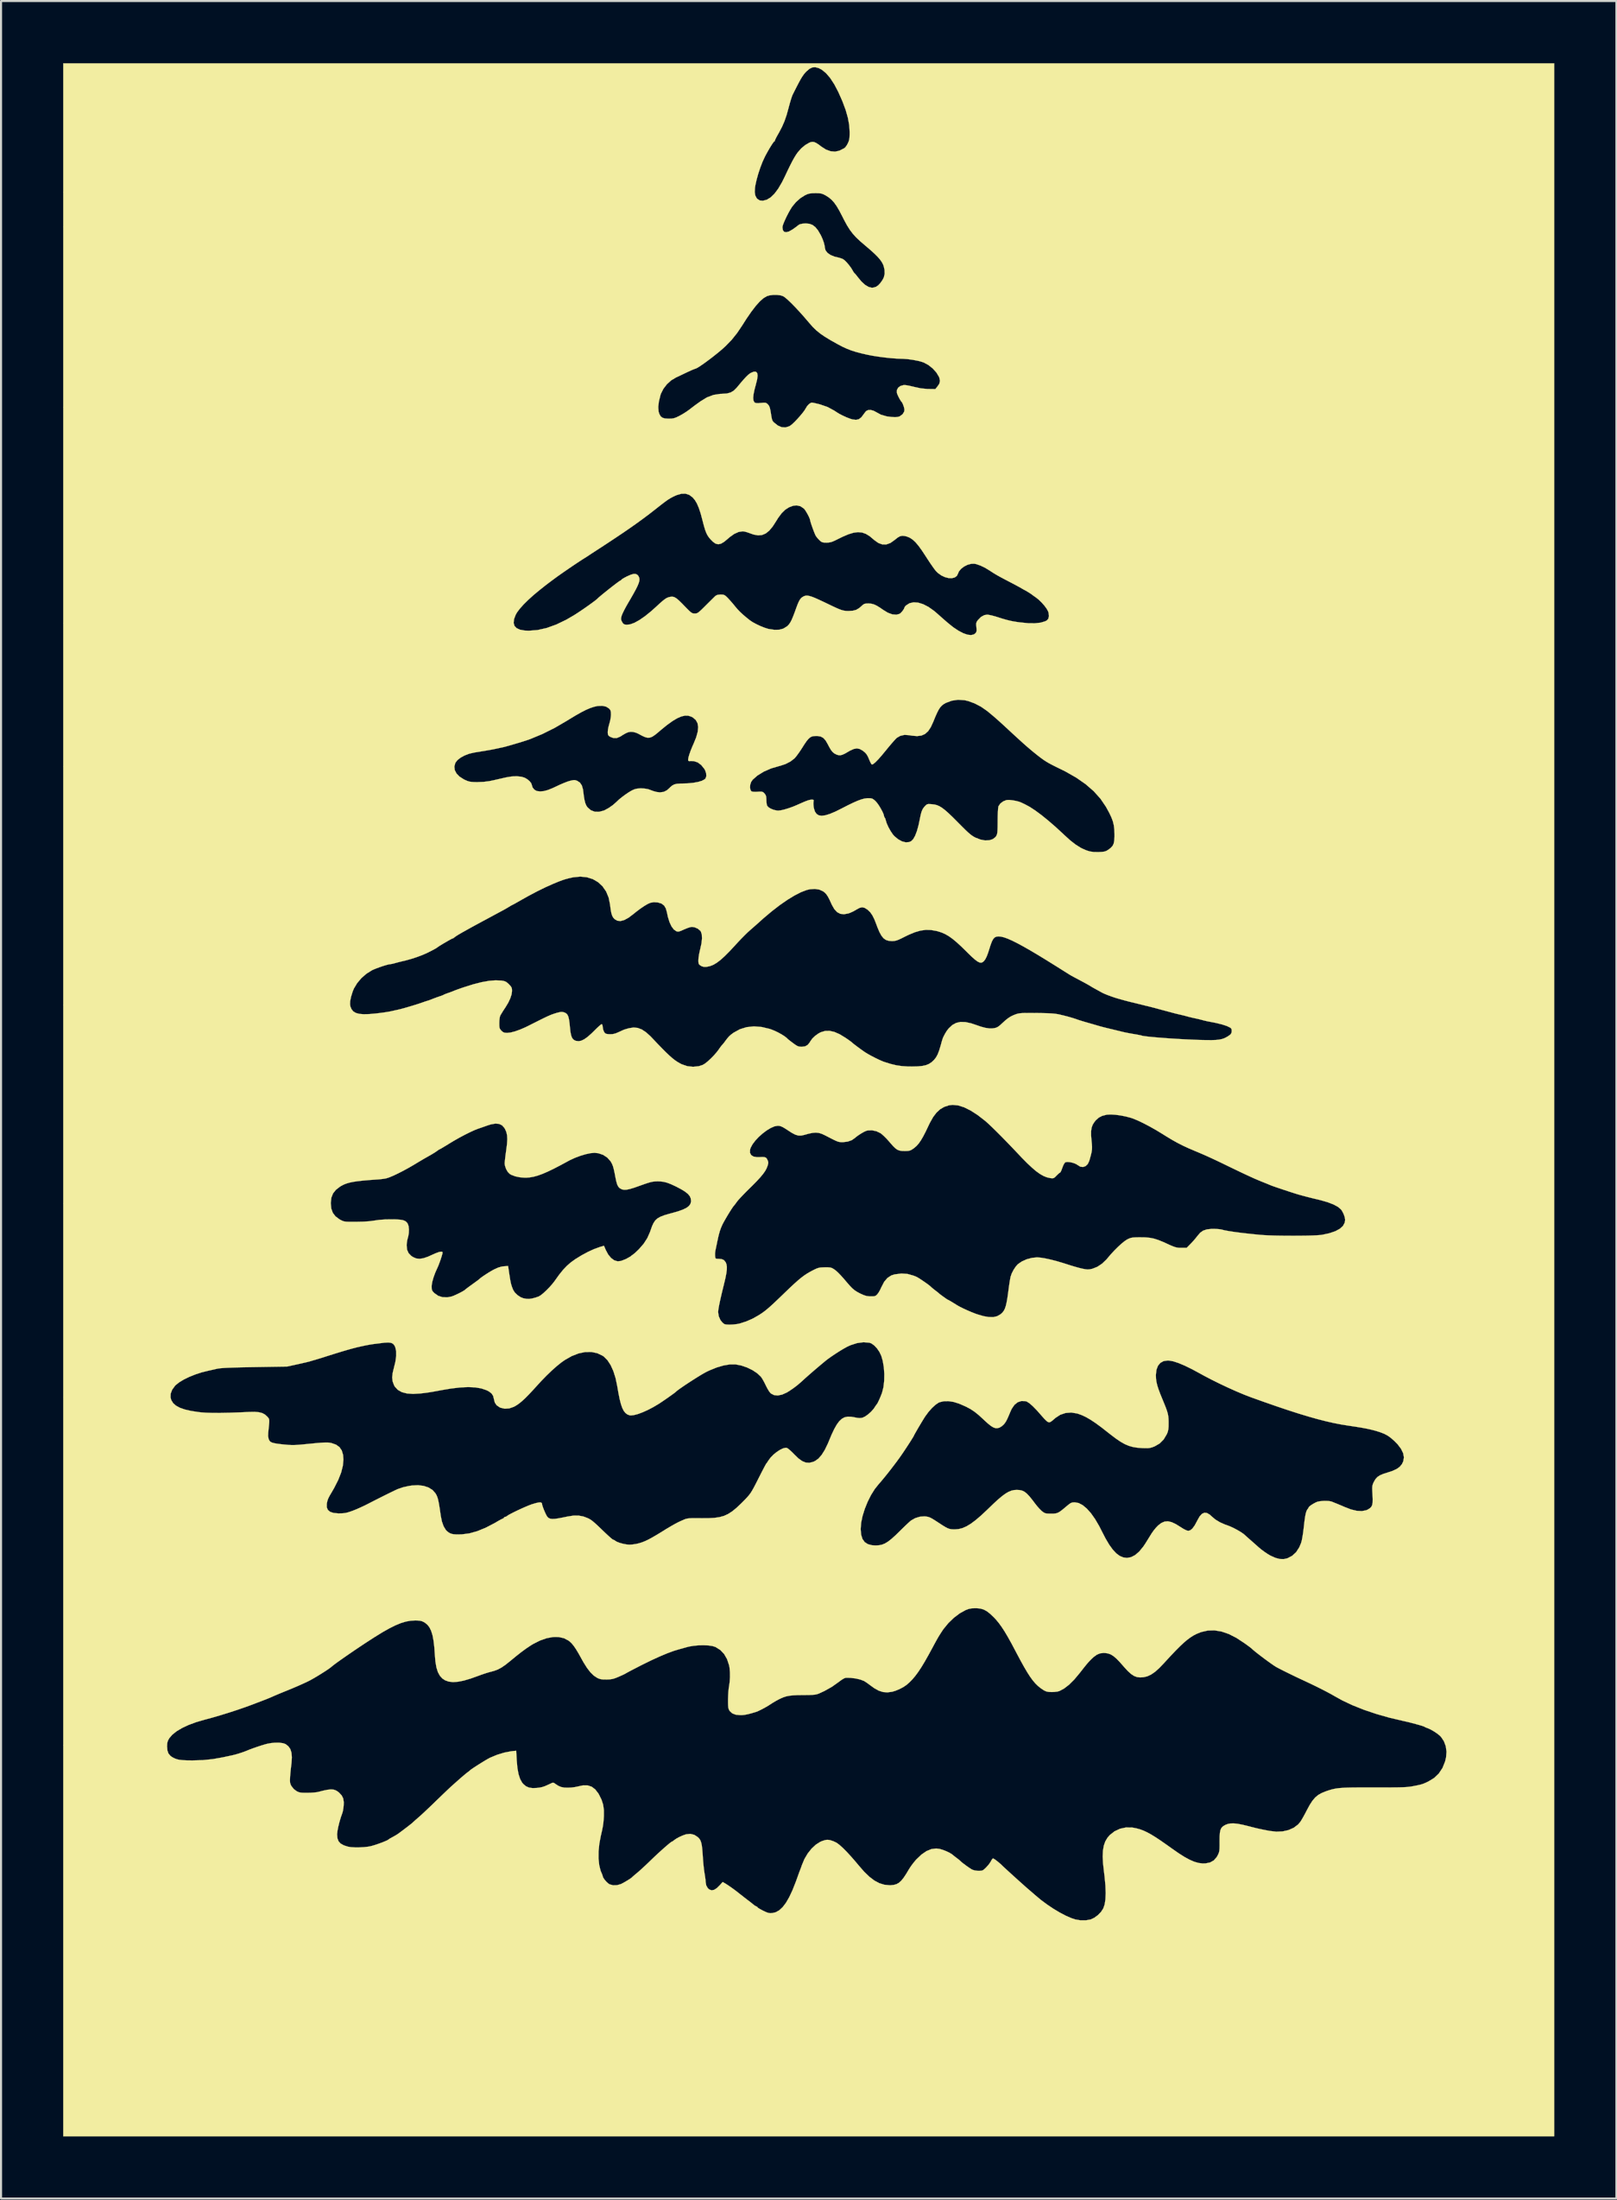
<source format=kicad_pcb>
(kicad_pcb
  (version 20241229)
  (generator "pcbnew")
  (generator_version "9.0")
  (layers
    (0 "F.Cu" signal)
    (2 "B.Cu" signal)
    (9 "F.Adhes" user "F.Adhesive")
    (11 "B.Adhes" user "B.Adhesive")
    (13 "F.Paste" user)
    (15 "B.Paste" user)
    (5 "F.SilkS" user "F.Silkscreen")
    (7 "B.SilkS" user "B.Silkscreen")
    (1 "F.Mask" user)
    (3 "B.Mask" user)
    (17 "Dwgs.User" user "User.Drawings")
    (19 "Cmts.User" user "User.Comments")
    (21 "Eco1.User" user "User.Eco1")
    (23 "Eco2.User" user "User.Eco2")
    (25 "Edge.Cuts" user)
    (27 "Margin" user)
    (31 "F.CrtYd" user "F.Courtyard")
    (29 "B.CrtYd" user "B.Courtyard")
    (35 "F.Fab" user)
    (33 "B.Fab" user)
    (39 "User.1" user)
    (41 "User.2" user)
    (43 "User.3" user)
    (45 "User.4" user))
  (footprint "silk"
    (layer "F.Cu")
    (at 35.988 49.994)
    (property "Reference" "silk" (at 0 0 0) (layer "F.SilkS") (effects (font (size 1.524 1.524) (thickness 0.3))))
    (attr through_hole)
    (fp_poly (pts (xy 35.983 50.024) (xy -35.983 50.024) (xy -35.983 31.212) (xy -30.974 31.212) (xy -30.958 31.409) (xy -30.907 31.556) (xy -30.813 31.669) (xy -30.735 31.726) (xy -30.626 31.785) (xy -30.514 31.829) (xy -30.384 31.86) (xy -30.223 31.878) (xy -30.018 31.888) (xy -29.757 31.891) (xy -29.75 31.891) (xy -29.243 31.876) (xy -28.766 31.827) (xy -28.285 31.742) (xy -28.24 31.732) (xy -28.087 31.699) (xy -27.937 31.667) (xy -27.834 31.645) (xy -27.686 31.609) (xy -27.508 31.557) (xy -27.327 31.498) (xy -27.172 31.441) (xy -27.111 31.416) (xy -26.989 31.366) (xy -26.821 31.304) (xy -26.63 31.237) (xy -26.436 31.174) (xy -26.263 31.121) (xy -26.158 31.092) (xy -25.953 31.053) (xy -25.741 31.035) (xy -25.542 31.037) (xy -25.374 31.06) (xy -25.256 31.101) (xy -25.12 31.207) (xy -25.024 31.343) (xy -24.969 31.518) (xy -24.95 31.74) (xy -24.967 32.014) (xy -24.976 32.085) (xy -24.998 32.276) (xy -25.019 32.479) (xy -25.034 32.66) (xy -25.037 32.712) (xy -25.043 32.86) (xy -25.036 32.961) (xy -25.014 33.041) (xy -24.972 33.125) (xy -24.965 33.136) (xy -24.855 33.272) (xy -24.726 33.37) (xy -24.649 33.409) (xy -24.573 33.434) (xy -24.48 33.448) (xy -24.349 33.453) (xy -24.202 33.453) (xy -24.029 33.449) (xy -23.868 33.438) (xy -23.74 33.423) (xy -23.688 33.413) (xy -23.43 33.347) (xy -23.228 33.306) (xy -23.068 33.289) (xy -22.94 33.298) (xy -22.832 33.333) (xy -22.733 33.393) (xy -22.669 33.445) (xy -22.545 33.579) (xy -22.471 33.725) (xy -22.444 33.9) (xy -22.449 34.063) (xy -22.465 34.205) (xy -22.487 34.334) (xy -22.51 34.418) (xy -22.586 34.634) (xy -22.654 34.864) (xy -22.71 35.089) (xy -22.749 35.29) (xy -22.765 35.446) (xy -22.766 35.456) (xy -22.751 35.644) (xy -22.697 35.79) (xy -22.596 35.901) (xy -22.439 35.988) (xy -22.243 36.051) (xy -22.101 36.075) (xy -21.911 36.086) (xy -21.696 36.086) (xy -21.476 36.075) (xy -21.274 36.053) (xy -21.174 36.035) (xy -21.056 36.005) (xy -20.908 35.96) (xy -20.747 35.905) (xy -20.589 35.847) (xy -20.449 35.79) (xy -20.343 35.743) (xy -20.287 35.709) (xy -20.285 35.706) (xy -20.244 35.675) (xy -20.168 35.632) (xy -20.161 35.628) (xy -20.031 35.557) (xy -19.915 35.49) (xy -19.846 35.446) (xy -19.754 35.38) (xy -19.635 35.292) (xy -19.504 35.193) (xy -19.372 35.093) (xy -19.256 35.002) (xy -19.167 34.932) (xy -19.121 34.893) (xy -19.121 34.892) (xy -19.071 34.845) (xy -18.983 34.766) (xy -18.872 34.669) (xy -18.821 34.625) (xy -18.72 34.536) (xy -18.581 34.408) (xy -18.416 34.252) (xy -18.235 34.081) (xy -18.052 33.905) (xy -18.01 33.863) (xy -17.83 33.69) (xy -17.654 33.52) (xy -17.491 33.364) (xy -17.353 33.234) (xy -17.252 33.14) (xy -17.232 33.123) (xy -17 32.916) (xy -16.803 32.742) (xy -16.644 32.606) (xy -16.528 32.51) (xy -16.463 32.46) (xy -16.39 32.406) (xy -16.351 32.37) (xy -16.303 32.331) (xy -16.207 32.265) (xy -16.078 32.179) (xy -15.928 32.084) (xy -15.771 31.986) (xy -15.621 31.894) (xy -15.49 31.818) (xy -15.393 31.765) (xy -15.378 31.758) (xy -15.044 31.619) (xy -14.699 31.514) (xy -14.371 31.45) (xy -14.321 31.444) (xy -14.121 31.423) (xy -14.095 31.895) (xy -14.063 32.254) (xy -14.009 32.549) (xy -13.933 32.784) (xy -13.834 32.962) (xy -13.778 33.029) (xy -13.647 33.137) (xy -13.502 33.201) (xy -13.324 33.226) (xy -13.138 33.219) (xy -12.989 33.202) (xy -12.858 33.174) (xy -12.722 33.127) (xy -12.558 33.054) (xy -12.473 33.014) (xy -12.384 32.973) (xy -12.329 32.964) (xy -12.279 32.987) (xy -12.244 33.013) (xy -12.092 33.113) (xy -11.952 33.173) (xy -11.797 33.202) (xy -11.624 33.207) (xy -11.457 33.199) (xy -11.289 33.178) (xy -11.153 33.149) (xy -11.15 33.148) (xy -10.89 33.093) (xy -10.666 33.096) (xy -10.473 33.161) (xy -10.305 33.289) (xy -10.157 33.481) (xy -10.126 33.535) (xy -10.001 33.787) (xy -9.924 34.027) (xy -9.889 34.281) (xy -9.889 34.566) (xy -9.9 34.752) (xy -9.915 34.91) (xy -9.937 35.063) (xy -9.969 35.231) (xy -10.015 35.438) (xy -10.036 35.525) (xy -10.108 35.906) (xy -10.145 36.276) (xy -10.147 36.624) (xy -10.114 36.94) (xy -10.047 37.211) (xy -9.98 37.368) (xy -9.953 37.438) (xy -9.948 37.467) (xy -9.924 37.539) (xy -9.86 37.635) (xy -9.775 37.736) (xy -9.683 37.821) (xy -9.613 37.868) (xy -9.443 37.914) (xy -9.252 37.909) (xy -9.066 37.856) (xy -8.977 37.811) (xy -8.864 37.748) (xy -8.745 37.677) (xy -8.638 37.61) (xy -8.562 37.557) (xy -8.537 37.535) (xy -8.503 37.502) (xy -8.429 37.438) (xy -8.328 37.353) (xy -8.29 37.322) (xy -8.183 37.23) (xy -8.042 37.103) (xy -7.88 36.953) (xy -7.715 36.796) (xy -7.638 36.721) (xy -7.466 36.556) (xy -7.29 36.391) (xy -7.117 36.234) (xy -6.957 36.091) (xy -6.816 35.97) (xy -6.704 35.877) (xy -6.629 35.821) (xy -6.6 35.807) (xy -6.558 35.786) (xy -6.507 35.745) (xy -6.401 35.67) (xy -6.253 35.588) (xy -6.089 35.514) (xy -5.934 35.459) (xy -5.916 35.454) (xy -5.712 35.434) (xy -5.52 35.482) (xy -5.351 35.593) (xy -5.283 35.663) (xy -5.232 35.744) (xy -5.193 35.846) (xy -5.163 35.982) (xy -5.141 36.161) (xy -5.122 36.396) (xy -5.116 36.49) (xy -5.101 36.711) (xy -5.081 36.932) (xy -5.059 37.133) (xy -5.037 37.293) (xy -5.029 37.342) (xy -5.004 37.496) (xy -4.984 37.644) (xy -4.976 37.755) (xy -4.975 37.766) (xy -4.947 37.922) (xy -4.871 38.054) (xy -4.8 38.117) (xy -4.687 38.157) (xy -4.566 38.134) (xy -4.432 38.048) (xy -4.288 37.906) (xy -4.154 37.755) (xy -4.026 37.829) (xy -3.926 37.892) (xy -3.793 37.982) (xy -3.649 38.084) (xy -3.517 38.182) (xy -3.46 38.226) (xy -3.284 38.365) (xy -3.113 38.499) (xy -2.964 38.614) (xy -2.875 38.681) (xy -2.776 38.757) (xy -2.691 38.826) (xy -2.666 38.848) (xy -2.588 38.905) (xy -2.534 38.931) (xy -2.48 38.961) (xy -2.469 38.98) (xy -2.44 39.008) (xy -2.361 39.056) (xy -2.249 39.117) (xy -2.202 39.141) (xy -2.059 39.208) (xy -1.953 39.246) (xy -1.863 39.26) (xy -1.765 39.256) (xy -1.762 39.256) (xy -1.587 39.213) (xy -1.419 39.118) (xy -1.257 38.967) (xy -1.098 38.758) (xy -0.942 38.488) (xy -0.785 38.154) (xy -0.626 37.753) (xy -0.566 37.588) (xy -0.513 37.439) (xy -0.465 37.306) (xy -0.429 37.21) (xy -0.418 37.183) (xy -0.384 37.094) (xy -0.342 36.978) (xy -0.328 36.936) (xy -0.207 36.647) (xy -0.049 36.38) (xy 0.137 36.146) (xy 0.342 35.955) (xy 0.557 35.818) (xy 0.664 35.774) (xy 0.794 35.734) (xy 0.89 35.719) (xy 0.981 35.727) (xy 1.05 35.742) (xy 1.187 35.788) (xy 1.324 35.852) (xy 1.357 35.871) (xy 1.487 35.968) (xy 1.651 36.116) (xy 1.841 36.307) (xy 2.051 36.535) (xy 2.274 36.792) (xy 2.408 36.953) (xy 2.677 37.261) (xy 2.929 37.504) (xy 3.172 37.688) (xy 3.41 37.814) (xy 3.65 37.888) (xy 3.897 37.912) (xy 3.958 37.911) (xy 4.109 37.896) (xy 4.238 37.859) (xy 4.355 37.794) (xy 4.468 37.692) (xy 4.584 37.547) (xy 4.714 37.35) (xy 4.83 37.155) (xy 4.929 37.001) (xy 5.055 36.832) (xy 5.181 36.681) (xy 5.197 36.665) (xy 5.444 36.43) (xy 5.685 36.265) (xy 5.921 36.168) (xy 6.153 36.139) (xy 6.324 36.161) (xy 6.478 36.207) (xy 6.643 36.272) (xy 6.796 36.345) (xy 6.912 36.416) (xy 6.94 36.438) (xy 7.006 36.493) (xy 7.1 36.566) (xy 7.144 36.599) (xy 7.234 36.668) (xy 7.302 36.726) (xy 7.32 36.744) (xy 7.378 36.797) (xy 7.477 36.875) (xy 7.598 36.965) (xy 7.721 37.052) (xy 7.829 37.123) (xy 7.892 37.16) (xy 8.003 37.196) (xy 8.147 37.216) (xy 8.202 37.218) (xy 8.311 37.215) (xy 8.388 37.198) (xy 8.456 37.154) (xy 8.543 37.074) (xy 8.566 37.05) (xy 8.665 36.941) (xy 8.751 36.826) (xy 8.796 36.751) (xy 8.843 36.668) (xy 8.886 36.622) (xy 8.897 36.618) (xy 8.943 36.64) (xy 9.026 36.696) (xy 9.127 36.774) (xy 9.231 36.862) (xy 9.322 36.945) (xy 9.331 36.955) (xy 9.388 37.01) (xy 9.488 37.102) (xy 9.62 37.224) (xy 9.776 37.366) (xy 9.944 37.518) (xy 10.115 37.673) (xy 10.28 37.82) (xy 10.427 37.951) (xy 10.547 38.058) (xy 10.631 38.13) (xy 10.631 38.13) (xy 10.744 38.226) (xy 10.853 38.32) (xy 10.918 38.378) (xy 11.196 38.611) (xy 11.498 38.836) (xy 11.811 39.046) (xy 12.123 39.232) (xy 12.421 39.388) (xy 12.692 39.505) (xy 12.862 39.561) (xy 13.118 39.605) (xy 13.38 39.605) (xy 13.607 39.564) (xy 13.782 39.484) (xy 13.957 39.355) (xy 14.11 39.198) (xy 14.218 39.032) (xy 14.284 38.842) (xy 14.323 38.595) (xy 14.336 38.289) (xy 14.322 37.923) (xy 14.282 37.494) (xy 14.252 37.253) (xy 14.208 36.861) (xy 14.191 36.527) (xy 14.203 36.243) (xy 14.244 36.003) (xy 14.315 35.799) (xy 14.419 35.623) (xy 14.534 35.49) (xy 14.761 35.311) (xy 15.024 35.188) (xy 15.308 35.126) (xy 15.601 35.128) (xy 15.66 35.136) (xy 15.829 35.17) (xy 15.992 35.215) (xy 16.157 35.276) (xy 16.331 35.357) (xy 16.523 35.461) (xy 16.74 35.594) (xy 16.99 35.76) (xy 17.281 35.963) (xy 17.535 36.144) (xy 17.859 36.37) (xy 18.142 36.549) (xy 18.391 36.684) (xy 18.613 36.779) (xy 18.816 36.837) (xy 19.009 36.861) (xy 19.151 36.859) (xy 19.372 36.815) (xy 19.55 36.716) (xy 19.691 36.558) (xy 19.742 36.468) (xy 19.78 36.389) (xy 19.806 36.317) (xy 19.822 36.237) (xy 19.831 36.132) (xy 19.834 35.987) (xy 19.833 35.807) (xy 19.835 35.568) (xy 19.847 35.387) (xy 19.873 35.253) (xy 19.916 35.156) (xy 19.981 35.083) (xy 20.072 35.023) (xy 20.107 35.004) (xy 20.227 34.957) (xy 20.361 34.931) (xy 20.519 34.928) (xy 20.711 34.949) (xy 20.946 34.994) (xy 21.233 35.064) (xy 21.343 35.093) (xy 21.485 35.129) (xy 21.621 35.163) (xy 21.77 35.196) (xy 21.949 35.233) (xy 22.176 35.277) (xy 22.247 35.291) (xy 22.572 35.328) (xy 22.881 35.314) (xy 23.165 35.249) (xy 23.414 35.138) (xy 23.619 34.983) (xy 23.736 34.846) (xy 23.795 34.75) (xy 23.875 34.612) (xy 23.964 34.449) (xy 24.039 34.304) (xy 24.18 34.043) (xy 24.312 33.839) (xy 24.445 33.681) (xy 24.591 33.559) (xy 24.762 33.462) (xy 24.967 33.379) (xy 25.012 33.363) (xy 25.133 33.324) (xy 25.245 33.291) (xy 25.356 33.265) (xy 25.475 33.243) (xy 25.608 33.226) (xy 25.763 33.214) (xy 25.948 33.205) (xy 26.17 33.199) (xy 26.438 33.196) (xy 26.758 33.194) (xy 27.138 33.194) (xy 27.287 33.194) (xy 27.668 33.195) (xy 27.985 33.194) (xy 28.247 33.193) (xy 28.462 33.19) (xy 28.637 33.186) (xy 28.779 33.18) (xy 28.897 33.172) (xy 28.997 33.161) (xy 29.088 33.148) (xy 29.178 33.132) (xy 29.197 33.128) (xy 29.376 33.093) (xy 29.506 33.064) (xy 29.606 33.037) (xy 29.696 33.004) (xy 29.796 32.961) (xy 29.909 32.907) (xy 30.188 32.738) (xy 30.416 32.52) (xy 30.593 32.254) (xy 30.718 31.942) (xy 30.766 31.74) (xy 30.787 31.468) (xy 30.751 31.204) (xy 30.661 30.962) (xy 30.523 30.757) (xy 30.457 30.689) (xy 30.333 30.591) (xy 30.18 30.489) (xy 30.023 30.399) (xy 29.89 30.339) (xy 29.878 30.334) (xy 29.787 30.3) (xy 29.725 30.269) (xy 29.721 30.266) (xy 29.69 30.25) (xy 29.625 30.227) (xy 29.519 30.195) (xy 29.363 30.151) (xy 29.151 30.094) (xy 29.034 30.063) (xy 28.929 30.037) (xy 28.792 30.006) (xy 28.698 29.985) (xy 28.038 29.83) (xy 27.405 29.65) (xy 26.808 29.449) (xy 26.256 29.23) (xy 25.759 28.996) (xy 25.391 28.792) (xy 25.228 28.699) (xy 25.016 28.585) (xy 24.767 28.456) (xy 24.496 28.321) (xy 24.217 28.186) (xy 23.945 28.058) (xy 23.848 28.013) (xy 23.687 27.938) (xy 23.495 27.847) (xy 23.287 27.746) (xy 23.079 27.644) (xy 22.884 27.547) (xy 22.717 27.462) (xy 22.594 27.397) (xy 22.56 27.378) (xy 22.468 27.32) (xy 22.34 27.232) (xy 22.186 27.122) (xy 22.019 27) (xy 21.85 26.873) (xy 21.69 26.75) (xy 21.552 26.641) (xy 21.446 26.553) (xy 21.384 26.496) (xy 21.378 26.489) (xy 21.344 26.461) (xy 21.265 26.401) (xy 21.152 26.318) (xy 21.028 26.229) (xy 20.642 25.976) (xy 20.275 25.79) (xy 19.924 25.67) (xy 19.587 25.615) (xy 19.26 25.624) (xy 18.94 25.697) (xy 18.713 25.789) (xy 18.569 25.864) (xy 18.425 25.956) (xy 18.273 26.068) (xy 18.109 26.207) (xy 17.926 26.378) (xy 17.718 26.586) (xy 17.479 26.837) (xy 17.202 27.137) (xy 17.149 27.196) (xy 16.92 27.434) (xy 16.717 27.616) (xy 16.528 27.746) (xy 16.347 27.831) (xy 16.162 27.875) (xy 15.996 27.885) (xy 15.848 27.868) (xy 15.706 27.815) (xy 15.56 27.719) (xy 15.4 27.574) (xy 15.217 27.375) (xy 15.202 27.357) (xy 15.011 27.141) (xy 14.851 26.976) (xy 14.71 26.857) (xy 14.581 26.777) (xy 14.453 26.73) (xy 14.316 26.708) (xy 14.226 26.705) (xy 14.061 26.725) (xy 13.906 26.79) (xy 13.746 26.907) (xy 13.657 26.99) (xy 13.574 27.073) (xy 13.497 27.156) (xy 13.416 27.25) (xy 13.319 27.369) (xy 13.198 27.523) (xy 13.094 27.656) (xy 12.823 27.981) (xy 12.565 28.238) (xy 12.318 28.427) (xy 12.1 28.542) (xy 11.998 28.569) (xy 11.856 28.586) (xy 11.73 28.591) (xy 11.582 28.584) (xy 11.474 28.564) (xy 11.377 28.521) (xy 11.324 28.49) (xy 11.187 28.397) (xy 11.06 28.293) (xy 10.937 28.172) (xy 10.814 28.027) (xy 10.686 27.851) (xy 10.549 27.638) (xy 10.398 27.382) (xy 10.228 27.076) (xy 10.035 26.714) (xy 9.984 26.617) (xy 9.787 26.245) (xy 9.611 25.93) (xy 9.454 25.665) (xy 9.308 25.442) (xy 9.171 25.254) (xy 9.036 25.092) (xy 8.943 24.993) (xy 8.757 24.816) (xy 8.595 24.69) (xy 8.442 24.608) (xy 8.282 24.562) (xy 8.1 24.545) (xy 8.043 24.545) (xy 7.869 24.552) (xy 7.727 24.579) (xy 7.582 24.633) (xy 7.569 24.639) (xy 7.287 24.795) (xy 7.007 25.007) (xy 6.742 25.262) (xy 6.507 25.548) (xy 6.441 25.644) (xy 6.361 25.767) (xy 6.291 25.878) (xy 6.222 25.995) (xy 6.144 26.134) (xy 6.048 26.31) (xy 5.988 26.423) (xy 5.782 26.801) (xy 5.6 27.123) (xy 5.436 27.394) (xy 5.285 27.622) (xy 5.143 27.814) (xy 5.004 27.978) (xy 4.864 28.121) (xy 4.717 28.25) (xy 4.716 28.25) (xy 4.567 28.351) (xy 4.379 28.45) (xy 4.182 28.531) (xy 4.022 28.578) (xy 3.798 28.607) (xy 3.589 28.591) (xy 3.382 28.525) (xy 3.164 28.405) (xy 2.949 28.249) (xy 2.836 28.165) (xy 2.727 28.092) (xy 2.667 28.056) (xy 2.488 27.987) (xy 2.263 27.935) (xy 2.017 27.906) (xy 1.793 27.901) (xy 1.711 27.928) (xy 1.591 27.999) (xy 1.441 28.109) (xy 1.436 28.113) (xy 1.117 28.339) (xy 0.76 28.539) (xy 0.529 28.646) (xy 0.453 28.678) (xy 0.38 28.7) (xy 0.297 28.716) (xy 0.19 28.726) (xy 0.046 28.732) (xy -0.147 28.735) (xy -0.282 28.736) (xy -0.55 28.74) (xy -0.763 28.75) (xy -0.935 28.769) (xy -1.081 28.798) (xy -1.216 28.841) (xy -1.354 28.9) (xy -1.449 28.946) (xy -1.583 29.019) (xy -1.718 29.098) (xy -1.782 29.139) (xy -1.941 29.241) (xy -2.117 29.344) (xy -2.292 29.437) (xy -2.446 29.511) (xy -2.558 29.554) (xy -2.775 29.618) (xy -2.942 29.661) (xy -3.076 29.687) (xy -3.194 29.701) (xy -3.304 29.704) (xy -3.525 29.683) (xy -3.693 29.618) (xy -3.812 29.508) (xy -3.831 29.479) (xy -3.861 29.42) (xy -3.88 29.349) (xy -3.89 29.251) (xy -3.894 29.11) (xy -3.894 28.945) (xy -3.888 28.755) (xy -3.877 28.567) (xy -3.861 28.405) (xy -3.846 28.313) (xy -3.816 28.107) (xy -3.801 27.873) (xy -3.803 27.636) (xy -3.821 27.423) (xy -3.842 27.305) (xy -3.942 27.003) (xy -4.082 26.758) (xy -4.264 26.565) (xy -4.492 26.421) (xy -4.51 26.413) (xy -4.654 26.369) (xy -4.849 26.342) (xy -5.077 26.332) (xy -5.321 26.337) (xy -5.563 26.36) (xy -5.785 26.398) (xy -5.874 26.421) (xy -6.02 26.462) (xy -6.154 26.5) (xy -6.249 26.525) (xy -6.262 26.529) (xy -6.52 26.607) (xy -6.829 26.721) (xy -7.184 26.87) (xy -7.578 27.049) (xy -8.004 27.258) (xy -8.114 27.313) (xy -8.317 27.418) (xy -8.5 27.512) (xy -8.653 27.592) (xy -8.765 27.653) (xy -8.829 27.689) (xy -8.838 27.695) (xy -8.886 27.721) (xy -8.981 27.767) (xy -9.108 27.824) (xy -9.174 27.853) (xy -9.335 27.919) (xy -9.463 27.958) (xy -9.588 27.978) (xy -9.739 27.985) (xy -9.761 27.985) (xy -9.922 27.983) (xy -10.039 27.97) (xy -10.138 27.94) (xy -10.213 27.905) (xy -10.376 27.797) (xy -10.537 27.64) (xy -10.701 27.428) (xy -10.873 27.155) (xy -10.971 26.979) (xy -11.115 26.72) (xy -11.238 26.517) (xy -11.346 26.36) (xy -11.446 26.239) (xy -11.546 26.146) (xy -11.596 26.108) (xy -11.816 25.993) (xy -12.07 25.936) (xy -12.351 25.937) (xy -12.655 25.994) (xy -12.975 26.107) (xy -13.306 26.274) (xy -13.423 26.346) (xy -13.642 26.492) (xy -13.879 26.666) (xy -14.144 26.875) (xy -14.411 27.095) (xy -14.635 27.274) (xy -14.829 27.407) (xy -15.008 27.503) (xy -15.188 27.57) (xy -15.307 27.602) (xy -15.45 27.64) (xy -15.631 27.696) (xy -15.823 27.762) (xy -15.939 27.805) (xy -16.32 27.941) (xy -16.649 28.038) (xy -16.931 28.094) (xy -17.172 28.11) (xy -17.377 28.087) (xy -17.551 28.025) (xy -17.683 27.938) (xy -17.805 27.805) (xy -17.901 27.628) (xy -17.972 27.4) (xy -18.02 27.115) (xy -18.045 26.811) (xy -18.072 26.429) (xy -18.11 26.11) (xy -18.16 25.848) (xy -18.226 25.637) (xy -18.308 25.47) (xy -18.41 25.34) (xy -18.532 25.242) (xy -18.566 25.222) (xy -18.66 25.176) (xy -18.759 25.15) (xy -18.886 25.138) (xy -18.997 25.136) (xy -19.217 25.149) (xy -19.444 25.19) (xy -19.685 25.263) (xy -19.948 25.371) (xy -20.241 25.517) (xy -20.572 25.703) (xy -20.947 25.934) (xy -20.955 25.939) (xy -21.182 26.085) (xy -21.426 26.244) (xy -21.679 26.412) (xy -21.933 26.583) (xy -22.179 26.751) (xy -22.409 26.91) (xy -22.616 27.055) (xy -22.791 27.18) (xy -22.926 27.281) (xy -23.013 27.35) (xy -23.03 27.365) (xy -23.1 27.421) (xy -23.217 27.504) (xy -23.369 27.604) (xy -23.541 27.713) (xy -23.721 27.824) (xy -23.895 27.926) (xy -24.05 28.013) (xy -24.101 28.04) (xy -24.249 28.113) (xy -24.443 28.202) (xy -24.663 28.3) (xy -24.888 28.396) (xy -25.012 28.448) (xy -25.238 28.54) (xy -25.411 28.61) (xy -25.539 28.663) (xy -25.635 28.703) (xy -25.708 28.734) (xy -25.771 28.761) (xy -25.834 28.788) (xy -25.907 28.821) (xy -25.912 28.823) (xy -26.047 28.881) (xy -26.206 28.945) (xy -26.3 28.981) (xy -26.429 29.031) (xy -26.597 29.094) (xy -26.773 29.162) (xy -26.846 29.19) (xy -27.19 29.316) (xy -27.581 29.451) (xy -27.998 29.587) (xy -28.418 29.716) (xy -28.82 29.833) (xy -29.175 29.928) (xy -29.571 30.044) (xy -29.931 30.177) (xy -30.247 30.324) (xy -30.512 30.482) (xy -30.72 30.647) (xy -30.865 30.816) (xy -30.869 30.823) (xy -30.931 30.934) (xy -30.963 31.038) (xy -30.974 31.167) (xy -30.974 31.212) (xy -35.983 31.212) (xy -35.983 14.382) (xy -30.806 14.382) (xy -30.769 14.509) (xy -30.68 14.652) (xy -30.544 14.773) (xy -30.358 14.875) (xy -30.117 14.959) (xy -29.816 15.028) (xy -29.451 15.084) (xy -29.316 15.099) (xy -29.078 15.116) (xy -28.77 15.125) (xy -28.393 15.124) (xy -27.947 15.115) (xy -27.432 15.097) (xy -27.013 15.078) (xy -26.748 15.073) (xy -26.539 15.091) (xy -26.375 15.134) (xy -26.243 15.206) (xy -26.133 15.307) (xy -26.095 15.35) (xy -26.067 15.388) (xy -26.05 15.431) (xy -26.042 15.491) (xy -26.043 15.578) (xy -26.053 15.704) (xy -26.071 15.879) (xy -26.091 16.07) (xy -26.097 16.244) (xy -26.072 16.378) (xy -26.06 16.409) (xy -26.028 16.469) (xy -25.982 16.517) (xy -25.912 16.554) (xy -25.808 16.583) (xy -25.659 16.61) (xy -25.457 16.635) (xy -25.294 16.652) (xy -25.119 16.668) (xy -24.963 16.675) (xy -24.806 16.674) (xy -24.627 16.664) (xy -24.406 16.644) (xy -24.306 16.634) (xy -24 16.604) (xy -23.755 16.58) (xy -23.562 16.564) (xy -23.411 16.555) (xy -23.294 16.552) (xy -23.201 16.554) (xy -23.122 16.563) (xy -23.05 16.576) (xy -23.031 16.581) (xy -22.815 16.657) (xy -22.652 16.774) (xy -22.541 16.937) (xy -22.478 17.148) (xy -22.461 17.375) (xy -22.489 17.674) (xy -22.571 18) (xy -22.711 18.356) (xy -22.908 18.744) (xy -23.029 18.954) (xy -23.125 19.117) (xy -23.189 19.241) (xy -23.229 19.346) (xy -23.254 19.451) (xy -23.264 19.513) (xy -23.264 19.679) (xy -23.211 19.806) (xy -23.103 19.896) (xy -22.937 19.951) (xy -22.71 19.972) (xy -22.662 19.972) (xy -22.501 19.968) (xy -22.368 19.953) (xy -22.233 19.92) (xy -22.07 19.866) (xy -22.018 19.847) (xy -21.844 19.778) (xy -21.638 19.687) (xy -21.426 19.588) (xy -21.273 19.511) (xy -21.1 19.422) (xy -20.904 19.322) (xy -20.695 19.217) (xy -20.486 19.112) (xy -20.288 19.014) (xy -20.112 18.928) (xy -19.969 18.859) (xy -19.872 18.814) (xy -19.844 18.801) (xy -19.578 18.71) (xy -19.302 18.649) (xy -19.156 18.627) (xy -18.859 18.612) (xy -18.588 18.645) (xy -18.352 18.723) (xy -18.159 18.844) (xy -18.017 19.004) (xy -18.016 19.006) (xy -17.973 19.081) (xy -17.937 19.161) (xy -17.905 19.256) (xy -17.876 19.377) (xy -17.846 19.534) (xy -17.813 19.738) (xy -17.775 19.998) (xy -17.762 20.091) (xy -17.707 20.363) (xy -17.626 20.591) (xy -17.522 20.764) (xy -17.464 20.826) (xy -17.372 20.899) (xy -17.274 20.948) (xy -17.156 20.977) (xy -17.004 20.988) (xy -16.801 20.985) (xy -16.73 20.982) (xy -16.379 20.936) (xy -16 20.83) (xy -15.592 20.663) (xy -15.153 20.435) (xy -15.011 20.351) (xy -14.903 20.29) (xy -14.813 20.243) (xy -14.773 20.226) (xy -14.72 20.195) (xy -14.711 20.175) (xy -14.682 20.147) (xy -14.66 20.144) (xy -14.593 20.121) (xy -14.563 20.098) (xy -14.503 20.056) (xy -14.39 19.994) (xy -14.24 19.917) (xy -14.065 19.832) (xy -13.879 19.746) (xy -13.695 19.664) (xy -13.528 19.594) (xy -13.39 19.541) (xy -13.354 19.529) (xy -13.154 19.47) (xy -13.012 19.442) (xy -12.923 19.445) (xy -12.881 19.478) (xy -12.876 19.505) (xy -12.862 19.58) (xy -12.823 19.696) (xy -12.77 19.832) (xy -12.71 19.967) (xy -12.654 20.079) (xy -12.609 20.146) (xy -12.552 20.196) (xy -12.479 20.227) (xy -12.381 20.24) (xy -12.25 20.235) (xy -12.076 20.21) (xy -11.849 20.167) (xy -11.659 20.127) (xy -11.369 20.08) (xy -11.116 20.077) (xy -10.881 20.12) (xy -10.672 20.199) (xy -10.592 20.238) (xy -10.516 20.284) (xy -10.433 20.345) (xy -10.334 20.429) (xy -10.209 20.542) (xy -10.05 20.693) (xy -9.934 20.805) (xy -9.787 20.945) (xy -9.656 21.066) (xy -9.549 21.161) (xy -9.476 21.22) (xy -9.447 21.237) (xy -9.39 21.259) (xy -9.351 21.287) (xy -9.26 21.342) (xy -9.121 21.395) (xy -8.956 21.44) (xy -8.789 21.471) (xy -8.66 21.482) (xy -8.512 21.473) (xy -8.338 21.447) (xy -8.193 21.414) (xy -8.047 21.368) (xy -7.898 21.309) (xy -7.735 21.232) (xy -7.546 21.129) (xy -7.32 20.997) (xy -7.108 20.868) (xy -6.865 20.718) (xy 2.507 20.718) (xy 2.507 20.743) (xy 2.531 21.004) (xy 2.595 21.207) (xy 2.702 21.357) (xy 2.854 21.456) (xy 3.056 21.509) (xy 3.234 21.519) (xy 3.393 21.51) (xy 3.539 21.48) (xy 3.683 21.421) (xy 3.834 21.329) (xy 4.001 21.198) (xy 4.195 21.023) (xy 4.373 20.849) (xy 4.527 20.698) (xy 4.672 20.557) (xy 4.799 20.438) (xy 4.896 20.351) (xy 4.942 20.313) (xy 5.144 20.199) (xy 5.37 20.131) (xy 5.594 20.116) (xy 5.62 20.118) (xy 5.71 20.13) (xy 5.787 20.147) (xy 5.865 20.177) (xy 5.958 20.226) (xy 6.079 20.3) (xy 6.242 20.406) (xy 6.279 20.43) (xy 6.461 20.549) (xy 6.6 20.633) (xy 6.709 20.689) (xy 6.803 20.722) (xy 6.898 20.738) (xy 7.007 20.743) (xy 7.057 20.743) (xy 7.24 20.728) (xy 7.425 20.68) (xy 7.618 20.595) (xy 7.826 20.47) (xy 8.055 20.299) (xy 8.312 20.08) (xy 8.602 19.809) (xy 8.661 19.752) (xy 8.922 19.501) (xy 9.143 19.298) (xy 9.332 19.14) (xy 9.495 19.02) (xy 9.64 18.934) (xy 9.773 18.879) (xy 9.901 18.848) (xy 10.032 18.838) (xy 10.042 18.838) (xy 10.181 18.846) (xy 10.301 18.873) (xy 10.413 18.927) (xy 10.526 19.015) (xy 10.65 19.145) (xy 10.794 19.322) (xy 10.912 19.479) (xy 11.019 19.615) (xy 11.132 19.743) (xy 11.232 19.842) (xy 11.26 19.867) (xy 11.339 19.926) (xy 11.408 19.961) (xy 11.487 19.978) (xy 11.601 19.984) (xy 11.696 19.985) (xy 11.823 19.983) (xy 11.924 19.973) (xy 12.013 19.947) (xy 12.104 19.899) (xy 12.21 19.823) (xy 12.347 19.711) (xy 12.451 19.623) (xy 12.565 19.53) (xy 12.648 19.474) (xy 12.721 19.447) (xy 12.805 19.439) (xy 12.844 19.438) (xy 13.029 19.472) (xy 13.223 19.574) (xy 13.422 19.739) (xy 13.624 19.965) (xy 13.825 20.25) (xy 14.024 20.59) (xy 14.137 20.813) (xy 14.326 21.18) (xy 14.504 21.481) (xy 14.676 21.719) (xy 14.844 21.899) (xy 15.011 22.023) (xy 15.182 22.095) (xy 15.358 22.119) (xy 15.361 22.119) (xy 15.559 22.084) (xy 15.758 21.981) (xy 15.955 21.81) (xy 16.149 21.574) (xy 16.251 21.422) (xy 16.35 21.263) (xy 16.46 21.086) (xy 16.547 20.945) (xy 16.646 20.803) (xy 16.761 20.662) (xy 16.866 20.553) (xy 17.023 20.434) (xy 17.177 20.367) (xy 17.338 20.353) (xy 17.514 20.393) (xy 17.717 20.487) (xy 17.922 20.614) (xy 18.094 20.722) (xy 18.23 20.79) (xy 18.32 20.814) (xy 18.322 20.814) (xy 18.422 20.785) (xy 18.524 20.698) (xy 18.633 20.548) (xy 18.75 20.332) (xy 18.758 20.314) (xy 18.868 20.12) (xy 18.98 19.996) (xy 19.097 19.94) (xy 19.221 19.952) (xy 19.357 20.031) (xy 19.461 20.126) (xy 19.632 20.269) (xy 19.849 20.4) (xy 20.087 20.506) (xy 20.161 20.531) (xy 20.323 20.592) (xy 20.505 20.675) (xy 20.689 20.772) (xy 20.857 20.871) (xy 20.991 20.963) (xy 21.061 21.024) (xy 21.093 21.054) (xy 21.167 21.12) (xy 21.27 21.211) (xy 21.361 21.29) (xy 21.485 21.4) (xy 21.597 21.498) (xy 21.68 21.573) (xy 21.713 21.603) (xy 21.841 21.71) (xy 21.999 21.827) (xy 22.161 21.935) (xy 22.294 22.013) (xy 22.534 22.119) (xy 22.742 22.173) (xy 22.931 22.178) (xy 23.109 22.136) (xy 23.336 22.019) (xy 23.527 21.843) (xy 23.68 21.606) (xy 23.77 21.391) (xy 23.801 21.275) (xy 23.833 21.107) (xy 23.865 20.903) (xy 23.893 20.68) (xy 23.9 20.62) (xy 23.931 20.347) (xy 23.961 20.136) (xy 23.991 19.979) (xy 24.025 19.867) (xy 24.063 19.79) (xy 24.086 19.762) (xy 24.124 19.706) (xy 24.13 19.684) (xy 24.159 19.645) (xy 24.233 19.586) (xy 24.334 19.52) (xy 24.444 19.459) (xy 24.545 19.414) (xy 24.556 19.41) (xy 24.67 19.386) (xy 24.821 19.372) (xy 24.982 19.369) (xy 25.126 19.378) (xy 25.228 19.398) (xy 25.231 19.399) (xy 25.505 19.509) (xy 25.72 19.598) (xy 25.857 19.658) (xy 26.172 19.78) (xy 26.455 19.848) (xy 26.702 19.861) (xy 26.911 19.821) (xy 26.995 19.782) (xy 27.09 19.721) (xy 27.157 19.654) (xy 27.199 19.569) (xy 27.22 19.451) (xy 27.224 19.29) (xy 27.215 19.072) (xy 27.215 19.068) (xy 27.205 18.885) (xy 27.202 18.756) (xy 27.207 18.662) (xy 27.222 18.589) (xy 27.248 18.518) (xy 27.283 18.445) (xy 27.359 18.316) (xy 27.452 18.215) (xy 27.575 18.134) (xy 27.743 18.063) (xy 27.925 18.006) (xy 28.185 17.92) (xy 28.383 17.828) (xy 28.529 17.723) (xy 28.634 17.597) (xy 28.702 17.453) (xy 28.731 17.267) (xy 28.694 17.067) (xy 28.591 16.855) (xy 28.425 16.636) (xy 28.262 16.471) (xy 28.091 16.322) (xy 27.938 16.214) (xy 27.778 16.13) (xy 27.586 16.056) (xy 27.545 16.042) (xy 27.361 15.985) (xy 27.165 15.934) (xy 26.946 15.885) (xy 26.691 15.837) (xy 26.39 15.788) (xy 26.035 15.735) (xy 25.695 15.68) (xy 25.34 15.611) (xy 24.963 15.525) (xy 24.56 15.422) (xy 24.124 15.299) (xy 23.65 15.156) (xy 23.134 14.99) (xy 22.569 14.8) (xy 21.95 14.584) (xy 21.343 14.367) (xy 21.014 14.24) (xy 20.642 14.084) (xy 20.245 13.906) (xy 19.84 13.715) (xy 19.444 13.519) (xy 19.075 13.326) (xy 18.91 13.235) (xy 18.507 13.017) (xy 18.155 12.845) (xy 17.853 12.718) (xy 17.6 12.635) (xy 17.395 12.597) (xy 17.329 12.594) (xy 17.131 12.623) (xy 16.973 12.71) (xy 16.857 12.851) (xy 16.784 13.044) (xy 16.757 13.288) (xy 16.757 13.308) (xy 16.763 13.467) (xy 16.784 13.624) (xy 16.823 13.791) (xy 16.884 13.983) (xy 16.97 14.213) (xy 17.06 14.432) (xy 17.161 14.678) (xy 17.239 14.873) (xy 17.294 15.029) (xy 17.332 15.161) (xy 17.355 15.28) (xy 17.366 15.399) (xy 17.371 15.533) (xy 17.371 15.61) (xy 17.369 15.786) (xy 17.358 15.914) (xy 17.337 16.016) (xy 17.301 16.114) (xy 17.281 16.157) (xy 17.133 16.405) (xy 16.942 16.596) (xy 16.707 16.733) (xy 16.685 16.742) (xy 16.575 16.785) (xy 16.481 16.81) (xy 16.381 16.823) (xy 16.254 16.824) (xy 16.087 16.819) (xy 15.855 16.802) (xy 15.646 16.767) (xy 15.45 16.711) (xy 15.255 16.628) (xy 15.05 16.512) (xy 14.823 16.358) (xy 14.563 16.161) (xy 14.446 16.069) (xy 14.127 15.819) (xy 13.85 15.616) (xy 13.605 15.453) (xy 13.386 15.326) (xy 13.184 15.231) (xy 12.992 15.162) (xy 12.954 15.151) (xy 12.672 15.105) (xy 12.398 15.127) (xy 12.142 15.213) (xy 11.911 15.364) (xy 11.878 15.392) (xy 11.759 15.496) (xy 11.675 15.556) (xy 11.612 15.577) (xy 11.558 15.566) (xy 11.521 15.545) (xy 11.458 15.492) (xy 11.368 15.402) (xy 11.269 15.292) (xy 11.248 15.268) (xy 11.015 15.003) (xy 10.816 14.799) (xy 10.653 14.657) (xy 10.524 14.575) (xy 10.468 14.556) (xy 10.265 14.549) (xy 10.086 14.609) (xy 9.93 14.735) (xy 9.798 14.927) (xy 9.74 15.052) (xy 9.657 15.25) (xy 9.593 15.395) (xy 9.541 15.5) (xy 9.494 15.579) (xy 9.446 15.643) (xy 9.417 15.678) (xy 9.322 15.764) (xy 9.216 15.829) (xy 9.188 15.84) (xy 9.094 15.861) (xy 9.002 15.855) (xy 8.902 15.818) (xy 8.785 15.744) (xy 8.642 15.629) (xy 8.464 15.467) (xy 8.416 15.421) (xy 8.201 15.225) (xy 8.007 15.069) (xy 7.813 14.94) (xy 7.599 14.826) (xy 7.344 14.713) (xy 7.246 14.673) (xy 6.994 14.594) (xy 6.745 14.556) (xy 6.514 14.561) (xy 6.318 14.608) (xy 6.261 14.634) (xy 6.113 14.736) (xy 5.949 14.887) (xy 5.784 15.073) (xy 5.631 15.28) (xy 5.599 15.328) (xy 5.531 15.437) (xy 5.449 15.572) (xy 5.36 15.721) (xy 5.272 15.869) (xy 5.193 16.006) (xy 5.13 16.117) (xy 5.09 16.19) (xy 5.08 16.213) (xy 5.061 16.252) (xy 5.01 16.337) (xy 4.934 16.459) (xy 4.84 16.606) (xy 4.735 16.767) (xy 4.627 16.93) (xy 4.523 17.085) (xy 4.429 17.221) (xy 4.4 17.262) (xy 4.256 17.46) (xy 4.092 17.677) (xy 3.921 17.899) (xy 3.752 18.113) (xy 3.595 18.305) (xy 3.462 18.464) (xy 3.385 18.55) (xy 3.189 18.795) (xy 3.006 19.087) (xy 2.843 19.412) (xy 2.705 19.754) (xy 2.598 20.096) (xy 2.53 20.422) (xy 2.507 20.718) (xy -6.865 20.718) (xy -6.854 20.711) (xy -6.645 20.587) (xy -6.469 20.487) (xy -6.314 20.405) (xy -6.165 20.335) (xy -6.011 20.268) (xy -5.998 20.262) (xy -5.932 20.238) (xy -5.86 20.221) (xy -5.768 20.21) (xy -5.645 20.204) (xy -5.478 20.203) (xy -5.257 20.204) (xy -5.197 20.205) (xy -4.847 20.204) (xy -4.554 20.188) (xy -4.305 20.152) (xy -4.087 20.091) (xy -3.886 19.998) (xy -3.689 19.87) (xy -3.484 19.702) (xy -3.258 19.488) (xy -3.192 19.422) (xy -3.068 19.297) (xy -2.969 19.191) (xy -2.886 19.095) (xy -2.812 18.997) (xy -2.741 18.885) (xy -2.663 18.748) (xy -2.572 18.575) (xy -2.46 18.355) (xy -2.41 18.256) (xy -2.309 18.057) (xy -2.217 17.879) (xy -2.141 17.733) (xy -2.084 17.628) (xy -2.052 17.574) (xy -2.048 17.568) (xy -2.017 17.529) (xy -1.966 17.453) (xy -1.946 17.42) (xy -1.839 17.277) (xy -1.702 17.137) (xy -1.548 17.011) (xy -1.39 16.908) (xy -1.242 16.836) (xy -1.117 16.806) (xy -1.063 16.81) (xy -1.003 16.844) (xy -0.909 16.92) (xy -0.796 17.024) (xy -0.695 17.127) (xy -0.496 17.32) (xy -0.316 17.449) (xy -0.144 17.519) (xy 0.026 17.531) (xy 0.204 17.489) (xy 0.306 17.444) (xy 0.466 17.33) (xy 0.624 17.15) (xy 0.776 16.908) (xy 0.921 16.609) (xy 0.955 16.528) (xy 1.097 16.187) (xy 1.228 15.909) (xy 1.351 15.691) (xy 1.472 15.526) (xy 1.596 15.41) (xy 1.727 15.338) (xy 1.871 15.306) (xy 2.033 15.308) (xy 2.195 15.334) (xy 2.35 15.364) (xy 2.461 15.374) (xy 2.552 15.365) (xy 2.606 15.351) (xy 2.728 15.293) (xy 2.868 15.193) (xy 3.008 15.068) (xy 3.127 14.935) (xy 3.18 14.859) (xy 3.234 14.775) (xy 3.275 14.719) (xy 3.284 14.711) (xy 3.314 14.668) (xy 3.36 14.577) (xy 3.417 14.455) (xy 3.474 14.32) (xy 3.525 14.19) (xy 3.541 14.146) (xy 3.608 13.881) (xy 3.643 13.574) (xy 3.649 13.245) (xy 3.625 12.914) (xy 3.571 12.603) (xy 3.501 12.365) (xy 3.413 12.181) (xy 3.297 12.012) (xy 3.165 11.871) (xy 3.029 11.773) (xy 2.932 11.736) (xy 2.644 11.713) (xy 2.337 11.754) (xy 2.018 11.856) (xy 1.861 11.928) (xy 1.702 12.015) (xy 1.508 12.131) (xy 1.3 12.264) (xy 1.097 12.4) (xy 0.92 12.526) (xy 0.809 12.612) (xy 0.562 12.818) (xy 0.306 13.035) (xy 0.057 13.25) (xy -0.169 13.45) (xy -0.358 13.622) (xy -0.387 13.648) (xy -0.547 13.785) (xy -0.738 13.93) (xy -0.932 14.062) (xy -1.058 14.139) (xy -1.284 14.24) (xy -1.491 14.282) (xy -1.671 14.265) (xy -1.822 14.188) (xy -1.856 14.156) (xy -1.914 14.081) (xy -1.986 13.963) (xy -2.059 13.823) (xy -2.08 13.779) (xy -2.153 13.633) (xy -2.229 13.497) (xy -2.295 13.396) (xy -2.31 13.377) (xy -2.486 13.211) (xy -2.713 13.06) (xy -2.974 12.933) (xy -3.25 12.838) (xy -3.522 12.784) (xy -3.549 12.782) (xy -3.812 12.784) (xy -4.113 12.835) (xy -4.441 12.931) (xy -4.787 13.071) (xy -4.921 13.134) (xy -5.041 13.198) (xy -5.196 13.288) (xy -5.375 13.398) (xy -5.569 13.52) (xy -5.766 13.647) (xy -5.956 13.772) (xy -6.127 13.889) (xy -6.27 13.989) (xy -6.372 14.067) (xy -6.421 14.111) (xy -6.46 14.144) (xy -6.545 14.207) (xy -6.662 14.291) (xy -6.798 14.388) (xy -6.941 14.487) (xy -7.078 14.58) (xy -7.195 14.658) (xy -7.241 14.688) (xy -7.503 14.843) (xy -7.762 14.979) (xy -8.01 15.09) (xy -8.235 15.175) (xy -8.43 15.227) (xy -8.583 15.245) (xy -8.656 15.236) (xy -8.761 15.193) (xy -8.852 15.123) (xy -8.931 15.021) (xy -9.002 14.88) (xy -9.066 14.693) (xy -9.127 14.455) (xy -9.186 14.158) (xy -9.243 13.829) (xy -9.323 13.445) (xy -9.43 13.106) (xy -9.561 12.816) (xy -9.714 12.582) (xy -9.886 12.409) (xy -9.949 12.365) (xy -10.208 12.242) (xy -10.49 12.183) (xy -10.793 12.187) (xy -11.11 12.253) (xy -11.437 12.38) (xy -11.769 12.568) (xy -11.942 12.689) (xy -12.157 12.862) (xy -12.4 13.077) (xy -12.655 13.322) (xy -12.907 13.581) (xy -13.054 13.741) (xy -13.298 14.009) (xy -13.504 14.228) (xy -13.679 14.406) (xy -13.831 14.547) (xy -13.965 14.658) (xy -14.09 14.746) (xy -14.211 14.817) (xy -14.24 14.831) (xy -14.456 14.906) (xy -14.674 14.92) (xy -14.878 14.873) (xy -14.923 14.851) (xy -15.067 14.752) (xy -15.154 14.621) (xy -15.195 14.456) (xy -15.234 14.301) (xy -15.313 14.182) (xy -15.443 14.084) (xy -15.555 14.027) (xy -15.802 13.943) (xy -16.093 13.893) (xy -16.433 13.877) (xy -16.824 13.895) (xy -17.27 13.948) (xy -17.709 14.022) (xy -17.946 14.066) (xy -18.132 14.1) (xy -18.286 14.126) (xy -18.424 14.146) (xy -18.566 14.165) (xy -18.731 14.184) (xy -18.743 14.185) (xy -19.097 14.206) (xy -19.396 14.185) (xy -19.641 14.121) (xy -19.834 14.012) (xy -19.975 13.86) (xy -20.017 13.787) (xy -20.084 13.606) (xy -20.106 13.414) (xy -20.083 13.194) (xy -20.036 13) (xy -19.953 12.663) (xy -19.913 12.38) (xy -19.914 12.145) (xy -19.957 11.956) (xy -20.001 11.864) (xy -20.067 11.788) (xy -20.16 11.743) (xy -20.291 11.726) (xy -20.474 11.735) (xy -20.568 11.746) (xy -20.728 11.767) (xy -20.889 11.787) (xy -21.008 11.801) (xy -21.175 11.827) (xy -21.391 11.867) (xy -21.637 11.92) (xy -21.837 11.966) (xy -22.026 12.015) (xy -22.272 12.084) (xy -22.567 12.171) (xy -22.902 12.274) (xy -23.268 12.389) (xy -23.407 12.434) (xy -23.557 12.481) (xy -23.706 12.526) (xy -23.812 12.558) (xy -23.936 12.593) (xy -24.05 12.627) (xy -24.077 12.636) (xy -24.15 12.655) (xy -24.275 12.686) (xy -24.438 12.723) (xy -24.622 12.765) (xy -24.677 12.777) (xy -25.171 12.885) (xy -26.758 12.913) (xy -27.163 12.92) (xy -27.504 12.928) (xy -27.786 12.936) (xy -28.016 12.944) (xy -28.201 12.953) (xy -28.346 12.964) (xy -28.458 12.975) (xy -28.542 12.989) (xy -28.575 12.996) (xy -28.734 13.033) (xy -28.9 13.07) (xy -28.998 13.092) (xy -29.309 13.169) (xy -29.616 13.27) (xy -29.907 13.387) (xy -30.169 13.515) (xy -30.39 13.649) (xy -30.557 13.782) (xy -30.59 13.816) (xy -30.728 14.005) (xy -30.8 14.196) (xy -30.806 14.382) (xy -35.983 14.382) (xy -35.983 5.009) (xy -23.072 5.009) (xy -23.048 5.262) (xy -22.974 5.469) (xy -22.845 5.639) (xy -22.655 5.782) (xy -22.595 5.815) (xy -22.527 5.849) (xy -22.465 5.874) (xy -22.395 5.89) (xy -22.305 5.9) (xy -22.182 5.904) (xy -22.011 5.905) (xy -21.837 5.904) (xy -21.486 5.896) (xy -21.194 5.876) (xy -20.966 5.844) (xy -20.96 5.843) (xy -20.731 5.811) (xy -20.447 5.791) (xy -20.159 5.786) (xy -19.912 5.789) (xy -19.725 5.801) (xy -19.586 5.825) (xy -19.486 5.864) (xy -19.413 5.92) (xy -19.356 5.996) (xy -19.355 5.998) (xy -19.316 6.113) (xy -19.299 6.271) (xy -19.305 6.445) (xy -19.333 6.612) (xy -19.351 6.672) (xy -19.382 6.796) (xy -19.404 6.949) (xy -19.409 7.043) (xy -19.389 7.25) (xy -19.316 7.415) (xy -19.185 7.55) (xy -19.098 7.607) (xy -18.949 7.671) (xy -18.786 7.689) (xy -18.6 7.662) (xy -18.38 7.587) (xy -18.224 7.517) (xy -18.002 7.418) (xy -17.837 7.359) (xy -17.729 7.342) (xy -17.678 7.366) (xy -17.674 7.385) (xy -17.686 7.453) (xy -17.719 7.567) (xy -17.764 7.71) (xy -17.818 7.861) (xy -17.871 8.002) (xy -17.92 8.115) (xy -17.928 8.132) (xy -18.028 8.355) (xy -18.111 8.581) (xy -18.17 8.792) (xy -18.201 8.969) (xy -18.203 9.024) (xy -18.199 9.143) (xy -18.176 9.222) (xy -18.123 9.292) (xy -18.07 9.345) (xy -17.884 9.475) (xy -17.669 9.543) (xy -17.432 9.547) (xy -17.236 9.507) (xy -17.137 9.47) (xy -17.01 9.414) (xy -16.874 9.349) (xy -16.746 9.282) (xy -16.644 9.223) (xy -16.585 9.181) (xy -16.581 9.175) (xy -16.546 9.146) (xy -16.467 9.085) (xy -16.355 9.003) (xy -16.245 8.924) (xy -16.116 8.83) (xy -16.008 8.752) (xy -15.935 8.697) (xy -15.91 8.676) (xy -15.852 8.624) (xy -15.749 8.548) (xy -15.615 8.458) (xy -15.468 8.363) (xy -15.323 8.276) (xy -15.196 8.206) (xy -15.184 8.2) (xy -14.984 8.11) (xy -14.811 8.062) (xy -14.716 8.051) (xy -14.512 8.036) (xy -14.466 8.348) (xy -14.432 8.57) (xy -14.404 8.737) (xy -14.378 8.866) (xy -14.349 8.972) (xy -14.315 9.071) (xy -14.271 9.179) (xy -14.264 9.196) (xy -14.183 9.32) (xy -14.057 9.441) (xy -13.912 9.538) (xy -13.78 9.591) (xy -13.624 9.62) (xy -13.496 9.624) (xy -13.359 9.604) (xy -13.307 9.592) (xy -13.176 9.556) (xy -13.05 9.512) (xy -13.019 9.499) (xy -12.925 9.44) (xy -12.801 9.339) (xy -12.661 9.208) (xy -12.517 9.062) (xy -12.385 8.913) (xy -12.275 8.774) (xy -12.257 8.749) (xy -12.051 8.461) (xy -11.862 8.226) (xy -11.677 8.031) (xy -11.486 7.864) (xy -11.277 7.713) (xy -11.271 7.709) (xy -10.966 7.521) (xy -10.653 7.353) (xy -10.352 7.216) (xy -10.082 7.119) (xy -10.066 7.114) (xy -9.884 7.061) (xy -9.795 7.268) (xy -9.677 7.486) (xy -9.539 7.652) (xy -9.386 7.762) (xy -9.225 7.81) (xy -9.063 7.793) (xy -9.063 7.793) (xy -8.821 7.699) (xy -8.605 7.577) (xy -8.398 7.417) (xy -4.522 7.417) (xy -4.522 7.546) (xy -4.521 7.554) (xy -4.51 7.638) (xy -4.483 7.678) (xy -4.421 7.69) (xy -4.351 7.691) (xy -4.197 7.705) (xy -4.092 7.753) (xy -4.016 7.846) (xy -4.004 7.866) (xy -3.969 7.96) (xy -3.952 8.074) (xy -3.955 8.217) (xy -3.979 8.399) (xy -4.024 8.628) (xy -4.092 8.914) (xy -4.099 8.943) (xy -4.192 9.322) (xy -4.266 9.642) (xy -4.321 9.901) (xy -4.357 10.099) (xy -4.373 10.231) (xy -4.374 10.258) (xy -4.345 10.457) (xy -4.265 10.64) (xy -4.18 10.749) (xy -4.116 10.809) (xy -4.058 10.844) (xy -3.985 10.86) (xy -3.873 10.865) (xy -3.798 10.866) (xy -3.634 10.858) (xy -3.468 10.839) (xy -3.344 10.815) (xy -3.006 10.707) (xy -2.7 10.572) (xy -2.422 10.415) (xy -2.309 10.343) (xy -2.202 10.269) (xy -2.093 10.187) (xy -1.975 10.09) (xy -1.84 9.972) (xy -1.681 9.826) (xy -1.49 9.645) (xy -1.259 9.424) (xy -1.164 9.332) (xy -0.914 9.092) (xy -0.703 8.896) (xy -0.524 8.736) (xy -0.367 8.605) (xy -0.223 8.497) (xy -0.084 8.404) (xy 0.061 8.319) (xy 0.212 8.239) (xy 0.352 8.171) (xy 0.461 8.13) (xy 0.57 8.109) (xy 0.707 8.101) (xy 0.776 8.1) (xy 0.93 8.1) (xy 1.035 8.109) (xy 1.113 8.131) (xy 1.188 8.171) (xy 1.217 8.19) (xy 1.314 8.261) (xy 1.42 8.357) (xy 1.545 8.486) (xy 1.697 8.656) (xy 1.836 8.819) (xy 1.98 8.985) (xy 2.1 9.109) (xy 2.211 9.203) (xy 2.329 9.281) (xy 2.472 9.358) (xy 2.499 9.371) (xy 2.658 9.442) (xy 2.789 9.483) (xy 2.922 9.5) (xy 2.984 9.503) (xy 3.111 9.502) (xy 3.192 9.49) (xy 3.252 9.457) (xy 3.309 9.402) (xy 3.374 9.315) (xy 3.446 9.189) (xy 3.511 9.05) (xy 3.512 9.049) (xy 3.641 8.8) (xy 3.797 8.615) (xy 3.983 8.493) (xy 4.147 8.44) (xy 4.471 8.4) (xy 4.768 8.419) (xy 5.052 8.499) (xy 5.062 8.503) (xy 5.146 8.536) (xy 5.186 8.551) (xy 5.258 8.589) (xy 5.369 8.657) (xy 5.501 8.745) (xy 5.638 8.839) (xy 5.762 8.928) (xy 5.855 9.001) (xy 5.891 9.034) (xy 5.949 9.087) (xy 6.04 9.161) (xy 6.103 9.21) (xy 6.193 9.279) (xy 6.258 9.331) (xy 6.279 9.35) (xy 6.318 9.384) (xy 6.394 9.442) (xy 6.489 9.511) (xy 6.586 9.58) (xy 6.666 9.636) (xy 6.713 9.664) (xy 6.718 9.666) (xy 6.76 9.685) (xy 6.857 9.741) (xy 7.008 9.833) (xy 7.18 9.939) (xy 7.298 10.005) (xy 7.462 10.086) (xy 7.652 10.173) (xy 7.847 10.257) (xy 8.027 10.328) (xy 8.132 10.366) (xy 8.438 10.455) (xy 8.697 10.5) (xy 8.915 10.501) (xy 9.098 10.457) (xy 9.254 10.368) (xy 9.279 10.348) (xy 9.354 10.277) (xy 9.416 10.196) (xy 9.467 10.097) (xy 9.511 9.97) (xy 9.55 9.806) (xy 9.588 9.595) (xy 9.626 9.328) (xy 9.649 9.155) (xy 9.674 8.969) (xy 9.701 8.791) (xy 9.727 8.642) (xy 9.744 8.555) (xy 9.801 8.391) (xy 9.892 8.215) (xy 9.999 8.056) (xy 10.093 7.951) (xy 10.285 7.818) (xy 10.521 7.712) (xy 10.778 7.644) (xy 11.023 7.62) (xy 11.19 7.633) (xy 11.41 7.668) (xy 11.669 7.724) (xy 11.954 7.797) (xy 12.253 7.885) (xy 12.414 7.936) (xy 12.621 8.002) (xy 12.83 8.065) (xy 13.021 8.119) (xy 13.173 8.157) (xy 13.209 8.165) (xy 13.356 8.193) (xy 13.462 8.204) (xy 13.556 8.198) (xy 13.666 8.175) (xy 13.699 8.167) (xy 13.931 8.075) (xy 14.159 7.924) (xy 14.368 7.724) (xy 14.418 7.666) (xy 14.579 7.476) (xy 14.755 7.286) (xy 14.933 7.109) (xy 15.103 6.954) (xy 15.253 6.833) (xy 15.372 6.755) (xy 15.379 6.751) (xy 15.469 6.709) (xy 15.55 6.681) (xy 15.641 6.664) (xy 15.758 6.656) (xy 15.921 6.652) (xy 15.998 6.652) (xy 16.253 6.656) (xy 16.469 6.676) (xy 16.668 6.716) (xy 16.873 6.781) (xy 17.105 6.875) (xy 17.233 6.933) (xy 17.427 7.022) (xy 17.573 7.084) (xy 17.687 7.125) (xy 17.783 7.148) (xy 17.878 7.159) (xy 17.986 7.161) (xy 17.998 7.161) (xy 18.243 7.161) (xy 18.444 6.957) (xy 18.56 6.832) (xy 18.676 6.697) (xy 18.766 6.583) (xy 18.768 6.58) (xy 18.897 6.43) (xy 19.042 6.329) (xy 19.218 6.27) (xy 19.44 6.246) (xy 19.512 6.245) (xy 19.665 6.248) (xy 19.803 6.258) (xy 19.901 6.271) (xy 19.918 6.276) (xy 20.08 6.316) (xy 20.311 6.358) (xy 20.609 6.402) (xy 20.97 6.448) (xy 21.394 6.494) (xy 21.784 6.533) (xy 21.977 6.547) (xy 22.216 6.559) (xy 22.493 6.568) (xy 22.794 6.574) (xy 23.11 6.577) (xy 23.429 6.578) (xy 23.74 6.576) (xy 24.033 6.572) (xy 24.297 6.565) (xy 24.521 6.555) (xy 24.693 6.542) (xy 24.783 6.531) (xy 25.134 6.455) (xy 25.419 6.358) (xy 25.638 6.24) (xy 25.79 6.101) (xy 25.874 5.942) (xy 25.894 5.808) (xy 25.873 5.675) (xy 25.818 5.521) (xy 25.743 5.377) (xy 25.691 5.305) (xy 25.546 5.182) (xy 25.333 5.067) (xy 25.05 4.958) (xy 24.698 4.857) (xy 24.536 4.818) (xy 24.31 4.764) (xy 24.053 4.699) (xy 23.802 4.632) (xy 23.618 4.581) (xy 23.509 4.547) (xy 23.357 4.499) (xy 23.177 4.441) (xy 22.983 4.377) (xy 22.789 4.312) (xy 22.61 4.252) (xy 22.46 4.2) (xy 22.353 4.162) (xy 22.313 4.146) (xy 22.235 4.114) (xy 22.112 4.063) (xy 21.963 4.003) (xy 21.872 3.967) (xy 21.703 3.897) (xy 21.518 3.818) (xy 21.311 3.724) (xy 21.071 3.613) (xy 20.791 3.481) (xy 20.462 3.323) (xy 20.249 3.22) (xy 19.932 3.066) (xy 19.663 2.938) (xy 19.429 2.829) (xy 19.217 2.732) (xy 19.012 2.642) (xy 18.801 2.552) (xy 18.627 2.479) (xy 18.325 2.35) (xy 18.057 2.226) (xy 17.804 2.097) (xy 17.544 1.952) (xy 17.258 1.78) (xy 17.087 1.673) (xy 16.768 1.479) (xy 16.452 1.301) (xy 16.151 1.144) (xy 15.878 1.014) (xy 15.643 0.918) (xy 15.541 0.884) (xy 15.302 0.821) (xy 15.052 0.772) (xy 14.808 0.739) (xy 14.59 0.725) (xy 14.414 0.732) (xy 14.378 0.737) (xy 14.166 0.792) (xy 14.001 0.877) (xy 13.859 1.004) (xy 13.786 1.094) (xy 13.706 1.222) (xy 13.655 1.363) (xy 13.63 1.532) (xy 13.63 1.741) (xy 13.65 1.977) (xy 13.667 2.151) (xy 13.675 2.289) (xy 13.672 2.41) (xy 13.655 2.533) (xy 13.622 2.676) (xy 13.572 2.859) (xy 13.539 2.971) (xy 13.468 3.118) (xy 13.365 3.216) (xy 13.241 3.26) (xy 13.11 3.244) (xy 12.992 3.171) (xy 12.896 3.111) (xy 12.766 3.061) (xy 12.623 3.027) (xy 12.491 3.014) (xy 12.395 3.028) (xy 12.386 3.032) (xy 12.338 3.086) (xy 12.283 3.189) (xy 12.242 3.298) (xy 12.199 3.413) (xy 12.161 3.495) (xy 12.135 3.528) (xy 12.134 3.528) (xy 12.094 3.551) (xy 12.025 3.612) (xy 11.963 3.673) (xy 11.881 3.755) (xy 11.82 3.796) (xy 11.753 3.805) (xy 11.656 3.794) (xy 11.654 3.793) (xy 11.496 3.757) (xy 11.336 3.693) (xy 11.166 3.597) (xy 10.981 3.465) (xy 10.775 3.29) (xy 10.541 3.071) (xy 10.275 2.801) (xy 10.14 2.658) (xy 9.848 2.35) (xy 9.567 2.058) (xy 9.303 1.788) (xy 9.061 1.546) (xy 8.849 1.338) (xy 8.671 1.17) (xy 8.534 1.048) (xy 8.52 1.036) (xy 8.155 0.753) (xy 7.814 0.534) (xy 7.499 0.378) (xy 7.209 0.287) (xy 6.946 0.261) (xy 6.767 0.283) (xy 6.542 0.357) (xy 6.346 0.471) (xy 6.17 0.632) (xy 6.007 0.846) (xy 5.851 1.122) (xy 5.788 1.252) (xy 5.647 1.549) (xy 5.523 1.789) (xy 5.411 1.979) (xy 5.306 2.129) (xy 5.201 2.247) (xy 5.09 2.342) (xy 5.063 2.362) (xy 4.967 2.427) (xy 4.887 2.464) (xy 4.798 2.482) (xy 4.673 2.487) (xy 4.623 2.487) (xy 4.486 2.483) (xy 4.375 2.464) (xy 4.277 2.424) (xy 4.179 2.354) (xy 4.069 2.247) (xy 3.934 2.094) (xy 3.878 2.028) (xy 3.756 1.892) (xy 3.628 1.765) (xy 3.514 1.664) (xy 3.458 1.623) (xy 3.264 1.532) (xy 3.053 1.488) (xy 2.85 1.496) (xy 2.774 1.515) (xy 2.672 1.561) (xy 2.54 1.636) (xy 2.403 1.724) (xy 2.285 1.81) (xy 2.228 1.86) (xy 2.078 1.964) (xy 1.884 2.033) (xy 1.666 2.06) (xy 1.658 2.06) (xy 1.579 2.06) (xy 1.513 2.056) (xy 1.45 2.046) (xy 1.379 2.023) (xy 1.289 1.985) (xy 1.169 1.927) (xy 1.008 1.845) (xy 0.797 1.736) (xy 0.634 1.66) (xy 0.488 1.615) (xy 0.341 1.6) (xy 0.176 1.614) (xy -0.023 1.657) (xy -0.214 1.711) (xy -0.366 1.744) (xy -0.505 1.741) (xy -0.65 1.698) (xy -0.816 1.611) (xy -0.942 1.53) (xy -1.109 1.421) (xy -1.233 1.346) (xy -1.328 1.301) (xy -1.407 1.277) (xy -1.485 1.27) (xy -1.499 1.27) (xy -1.654 1.298) (xy -1.835 1.377) (xy -2.03 1.495) (xy -2.227 1.643) (xy -2.415 1.811) (xy -2.581 1.989) (xy -2.715 2.167) (xy -2.805 2.334) (xy -2.833 2.425) (xy -2.836 2.574) (xy -2.779 2.684) (xy -2.667 2.756) (xy -2.501 2.785) (xy -2.41 2.785) (xy -2.249 2.778) (xy -2.143 2.783) (xy -2.075 2.805) (xy -2.03 2.848) (xy -1.994 2.913) (xy -1.961 2.994) (xy -1.952 3.06) (xy -1.969 3.142) (xy -1.992 3.218) (xy -2.04 3.338) (xy -2.11 3.463) (xy -2.208 3.6) (xy -2.339 3.758) (xy -2.509 3.942) (xy -2.725 4.161) (xy -2.847 4.281) (xy -3.011 4.443) (xy -3.163 4.599) (xy -3.295 4.738) (xy -3.396 4.849) (xy -3.457 4.923) (xy -3.46 4.927) (xy -3.529 5.023) (xy -3.588 5.099) (xy -3.608 5.121) (xy -3.656 5.183) (xy -3.729 5.291) (xy -3.818 5.431) (xy -3.914 5.588) (xy -4.008 5.748) (xy -4.092 5.895) (xy -4.155 6.014) (xy -4.164 6.032) (xy -4.238 6.199) (xy -4.298 6.372) (xy -4.353 6.574) (xy -4.408 6.825) (xy -4.409 6.826) (xy -4.442 6.99) (xy -4.474 7.141) (xy -4.498 7.256) (xy -4.507 7.298) (xy -4.522 7.417) (xy -8.398 7.417) (xy -8.394 7.414) (xy -8.197 7.226) (xy -7.966 6.96) (xy -7.792 6.69) (xy -7.66 6.393) (xy -7.636 6.323) (xy -7.564 6.119) (xy -7.49 5.96) (xy -7.405 5.835) (xy -7.297 5.738) (xy -7.156 5.658) (xy -6.971 5.587) (xy -6.732 5.517) (xy -6.615 5.486) (xy -6.314 5.401) (xy -6.079 5.317) (xy -5.903 5.232) (xy -5.782 5.14) (xy -5.71 5.04) (xy -5.681 4.928) (xy -5.68 4.9) (xy -5.694 4.777) (xy -5.742 4.665) (xy -5.83 4.559) (xy -5.965 4.451) (xy -6.153 4.335) (xy -6.401 4.204) (xy -6.416 4.197) (xy -6.643 4.091) (xy -6.83 4.019) (xy -6.998 3.975) (xy -7.166 3.955) (xy -7.285 3.952) (xy -7.399 3.954) (xy -7.503 3.964) (xy -7.611 3.984) (xy -7.738 4.019) (xy -7.897 4.071) (xy -8.103 4.144) (xy -8.184 4.173) (xy -8.431 4.26) (xy -8.625 4.318) (xy -8.776 4.351) (xy -8.894 4.359) (xy -8.991 4.345) (xy -9.038 4.328) (xy -9.125 4.28) (xy -9.191 4.21) (xy -9.244 4.107) (xy -9.288 3.957) (xy -9.33 3.757) (xy -9.373 3.53) (xy -9.411 3.359) (xy -9.447 3.229) (xy -9.486 3.127) (xy -9.532 3.039) (xy -9.57 2.977) (xy -9.725 2.804) (xy -9.924 2.674) (xy -10.152 2.596) (xy -10.34 2.575) (xy -10.537 2.593) (xy -10.773 2.644) (xy -11.031 2.722) (xy -11.292 2.82) (xy -11.536 2.933) (xy -11.599 2.967) (xy -11.982 3.174) (xy -12.314 3.346) (xy -12.602 3.484) (xy -12.853 3.592) (xy -13.075 3.672) (xy -13.274 3.727) (xy -13.458 3.76) (xy -13.635 3.774) (xy -13.691 3.775) (xy -13.937 3.757) (xy -14.168 3.709) (xy -14.361 3.635) (xy -14.434 3.592) (xy -14.53 3.493) (xy -14.61 3.352) (xy -14.663 3.194) (xy -14.676 3.084) (xy -14.67 2.999) (xy -14.656 2.862) (xy -14.635 2.688) (xy -14.609 2.496) (xy -14.6 2.434) (xy -14.564 2.15) (xy -14.55 1.92) (xy -14.56 1.732) (xy -14.595 1.575) (xy -14.656 1.435) (xy -14.697 1.366) (xy -14.807 1.246) (xy -14.948 1.179) (xy -15.125 1.165) (xy -15.343 1.203) (xy -15.505 1.254) (xy -15.664 1.31) (xy -15.832 1.369) (xy -15.954 1.41) (xy -16.13 1.479) (xy -16.351 1.58) (xy -16.602 1.705) (xy -16.869 1.847) (xy -17.138 2) (xy -17.365 2.137) (xy -17.518 2.231) (xy -17.649 2.31) (xy -17.747 2.368) (xy -17.8 2.397) (xy -17.807 2.399) (xy -17.845 2.418) (xy -17.915 2.465) (xy -17.935 2.48) (xy -18.015 2.536) (xy -18.118 2.601) (xy -18.256 2.683) (xy -18.442 2.788) (xy -18.486 2.813) (xy -18.56 2.855) (xy -18.68 2.926) (xy -18.832 3.016) (xy -19 3.117) (xy -19.068 3.158) (xy -19.318 3.303) (xy -19.574 3.442) (xy -19.821 3.568) (xy -20.046 3.675) (xy -20.237 3.755) (xy -20.373 3.801) (xy -20.474 3.822) (xy -20.619 3.842) (xy -20.782 3.858) (xy -20.832 3.861) (xy -21.207 3.888) (xy -21.521 3.916) (xy -21.781 3.945) (xy -21.996 3.977) (xy -22.174 4.015) (xy -22.324 4.059) (xy -22.453 4.111) (xy -22.571 4.174) (xy -22.622 4.204) (xy -22.824 4.36) (xy -22.962 4.534) (xy -23.043 4.737) (xy -23.071 4.98) (xy -23.072 5.009) (xy -35.983 5.009) (xy -35.983 -4.573) (xy -22.141 -4.573) (xy -22.123 -4.481) (xy -22.066 -4.347) (xy -21.981 -4.245) (xy -21.861 -4.173) (xy -21.699 -4.129) (xy -21.488 -4.111) (xy -21.223 -4.117) (xy -20.92 -4.144) (xy -20.712 -4.168) (xy -20.505 -4.196) (xy -20.321 -4.224) (xy -20.181 -4.25) (xy -20.161 -4.254) (xy -20.013 -4.288) (xy -19.87 -4.319) (xy -19.773 -4.341) (xy -19.665 -4.368) (xy -19.508 -4.411) (xy -19.322 -4.465) (xy -19.125 -4.524) (xy -18.936 -4.582) (xy -18.775 -4.634) (xy -18.662 -4.673) (xy -18.551 -4.712) (xy -18.458 -4.743) (xy -18.433 -4.75) (xy -18.338 -4.78) (xy -18.292 -4.796) (xy -18.09 -4.875) (xy -17.934 -4.933) (xy -17.804 -4.977) (xy -17.798 -4.979) (xy -17.7 -5.013) (xy -17.631 -5.043) (xy -17.62 -5.05) (xy -17.568 -5.075) (xy -17.474 -5.111) (xy -17.409 -5.134) (xy -17.283 -5.178) (xy -17.167 -5.223) (xy -17.127 -5.24) (xy -17.05 -5.27) (xy -16.925 -5.316) (xy -16.772 -5.37) (xy -16.651 -5.411) (xy -16.193 -5.555) (xy -15.788 -5.658) (xy -15.43 -5.722) (xy -15.116 -5.747) (xy -14.84 -5.735) (xy -14.831 -5.734) (xy -14.702 -5.711) (xy -14.609 -5.673) (xy -14.52 -5.602) (xy -14.473 -5.557) (xy -14.388 -5.466) (xy -14.343 -5.394) (xy -14.325 -5.313) (xy -14.323 -5.223) (xy -14.345 -5.066) (xy -14.408 -4.875) (xy -14.504 -4.669) (xy -14.626 -4.466) (xy -14.634 -4.453) (xy -14.752 -4.274) (xy -14.871 -4.079) (xy -14.885 -4.057) (xy -14.916 -3.96) (xy -14.934 -3.808) (xy -14.938 -3.698) (xy -14.937 -3.557) (xy -14.928 -3.465) (xy -14.904 -3.402) (xy -14.861 -3.345) (xy -14.837 -3.318) (xy -14.762 -3.252) (xy -14.686 -3.22) (xy -14.576 -3.21) (xy -14.551 -3.21) (xy -14.386 -3.229) (xy -14.176 -3.284) (xy -13.934 -3.37) (xy -13.674 -3.482) (xy -13.564 -3.536) (xy -13.417 -3.61) (xy -13.237 -3.7) (xy -13.058 -3.79) (xy -13 -3.819) (xy -12.776 -3.93) (xy -12.599 -4.014) (xy -12.453 -4.077) (xy -12.324 -4.125) (xy -12.196 -4.166) (xy -12.148 -4.18) (xy -12.013 -4.213) (xy -11.917 -4.222) (xy -11.831 -4.208) (xy -11.803 -4.199) (xy -11.719 -4.16) (xy -11.656 -4.1) (xy -11.609 -4.007) (xy -11.574 -3.872) (xy -11.547 -3.684) (xy -11.531 -3.517) (xy -11.506 -3.281) (xy -11.473 -3.106) (xy -11.429 -2.981) (xy -11.369 -2.898) (xy -11.289 -2.845) (xy -11.232 -2.826) (xy -11.108 -2.81) (xy -10.979 -2.834) (xy -10.837 -2.902) (xy -10.675 -3.017) (xy -10.486 -3.184) (xy -10.337 -3.33) (xy -10.218 -3.448) (xy -10.113 -3.544) (xy -10.034 -3.61) (xy -9.993 -3.634) (xy -9.993 -3.634) (xy -9.961 -3.601) (xy -9.946 -3.511) (xy -9.946 -3.501) (xy -9.927 -3.38) (xy -9.884 -3.267) (xy -9.881 -3.263) (xy -9.838 -3.201) (xy -9.784 -3.168) (xy -9.698 -3.152) (xy -9.621 -3.147) (xy -9.471 -3.15) (xy -9.334 -3.182) (xy -9.218 -3.229) (xy -9.098 -3.283) (xy -8.996 -3.33) (xy -8.943 -3.354) (xy -8.871 -3.38) (xy -8.758 -3.413) (xy -8.665 -3.438) (xy -8.455 -3.47) (xy -8.255 -3.45) (xy -8.059 -3.376) (xy -7.858 -3.244) (xy -7.643 -3.051) (xy -7.567 -2.972) (xy -7.303 -2.693) (xy -7.079 -2.462) (xy -6.889 -2.271) (xy -6.726 -2.117) (xy -6.584 -1.992) (xy -6.457 -1.892) (xy -6.337 -1.811) (xy -6.22 -1.743) (xy -6.13 -1.697) (xy -5.862 -1.605) (xy -5.581 -1.574) (xy -5.304 -1.604) (xy -5.118 -1.665) (xy -5.01 -1.729) (xy -4.874 -1.837) (xy -4.724 -1.975) (xy -4.573 -2.13) (xy -4.436 -2.288) (xy -4.339 -2.417) (xy -4.269 -2.518) (xy -4.209 -2.596) (xy -4.18 -2.628) (xy -4.137 -2.676) (xy -4.072 -2.758) (xy -4.038 -2.805) (xy -3.933 -2.943) (xy -3.846 -3.043) (xy -3.755 -3.125) (xy -3.64 -3.21) (xy -3.618 -3.225) (xy -3.32 -3.388) (xy -2.995 -3.488) (xy -2.645 -3.524) (xy -2.275 -3.496) (xy -1.889 -3.404) (xy -1.817 -3.38) (xy -1.648 -3.313) (xy -1.471 -3.228) (xy -1.302 -3.134) (xy -1.157 -3.041) (xy -1.053 -2.959) (xy -1.023 -2.926) (xy -0.988 -2.895) (xy -0.911 -2.834) (xy -0.806 -2.754) (xy -0.762 -2.721) (xy -0.637 -2.631) (xy -0.546 -2.577) (xy -0.467 -2.55) (xy -0.381 -2.541) (xy -0.335 -2.54) (xy -0.172 -2.562) (xy -0.045 -2.635) (xy 0.058 -2.767) (xy 0.082 -2.811) (xy 0.175 -2.939) (xy 0.311 -3.069) (xy 0.471 -3.183) (xy 0.583 -3.242) (xy 0.789 -3.304) (xy 1.006 -3.309) (xy 1.239 -3.257) (xy 1.494 -3.145) (xy 1.778 -2.972) (xy 1.778 -2.972) (xy 1.902 -2.887) (xy 2.002 -2.815) (xy 2.066 -2.767) (xy 2.081 -2.753) (xy 2.12 -2.718) (xy 2.204 -2.652) (xy 2.318 -2.565) (xy 2.45 -2.467) (xy 2.587 -2.368) (xy 2.712 -2.281) (xy 2.843 -2.2) (xy 3.014 -2.105) (xy 3.206 -2.006) (xy 3.396 -1.914) (xy 3.562 -1.841) (xy 3.651 -1.808) (xy 3.956 -1.713) (xy 4.227 -1.648) (xy 4.492 -1.609) (xy 4.777 -1.59) (xy 4.98 -1.587) (xy 5.259 -1.594) (xy 5.48 -1.615) (xy 5.656 -1.653) (xy 5.8 -1.711) (xy 5.924 -1.792) (xy 5.939 -1.804) (xy 6.051 -1.909) (xy 6.143 -2.026) (xy 6.222 -2.169) (xy 6.293 -2.352) (xy 6.365 -2.586) (xy 6.389 -2.674) (xy 6.426 -2.808) (xy 6.461 -2.92) (xy 6.486 -2.988) (xy 6.487 -2.992) (xy 6.575 -3.162) (xy 6.65 -3.287) (xy 6.725 -3.389) (xy 6.764 -3.435) (xy 6.932 -3.591) (xy 7.118 -3.692) (xy 7.326 -3.739) (xy 7.565 -3.732) (xy 7.841 -3.672) (xy 8.059 -3.599) (xy 8.315 -3.511) (xy 8.525 -3.455) (xy 8.705 -3.429) (xy 8.869 -3.429) (xy 8.947 -3.438) (xy 9.044 -3.46) (xy 9.131 -3.502) (xy 9.228 -3.574) (xy 9.328 -3.666) (xy 9.492 -3.815) (xy 9.628 -3.923) (xy 9.754 -4.003) (xy 9.89 -4.068) (xy 9.973 -4.1) (xy 10.044 -4.125) (xy 10.114 -4.143) (xy 10.193 -4.156) (xy 10.293 -4.165) (xy 10.424 -4.17) (xy 10.598 -4.171) (xy 10.826 -4.171) (xy 10.989 -4.17) (xy 11.301 -4.165) (xy 11.552 -4.158) (xy 11.753 -4.147) (xy 11.912 -4.131) (xy 12.041 -4.111) (xy 12.065 -4.106) (xy 12.289 -4.053) (xy 12.516 -3.995) (xy 12.724 -3.935) (xy 12.893 -3.881) (xy 12.947 -3.861) (xy 13.028 -3.833) (xy 13.16 -3.792) (xy 13.324 -3.742) (xy 13.502 -3.691) (xy 13.511 -3.688) (xy 13.688 -3.638) (xy 13.848 -3.591) (xy 13.976 -3.554) (xy 14.055 -3.531) (xy 14.058 -3.53) (xy 14.136 -3.509) (xy 14.262 -3.476) (xy 14.42 -3.437) (xy 14.552 -3.405) (xy 14.733 -3.362) (xy 14.91 -3.319) (xy 15.06 -3.283) (xy 15.134 -3.264) (xy 15.257 -3.236) (xy 15.422 -3.203) (xy 15.601 -3.17) (xy 15.68 -3.157) (xy 15.831 -3.131) (xy 15.954 -3.108) (xy 16.033 -3.091) (xy 16.055 -3.085) (xy 16.113 -3.068) (xy 16.233 -3.05) (xy 16.406 -3.029) (xy 16.625 -3.007) (xy 16.881 -2.985) (xy 17.166 -2.963) (xy 17.471 -2.941) (xy 17.788 -2.921) (xy 18.108 -2.903) (xy 18.423 -2.888) (xy 18.725 -2.875) (xy 18.893 -2.87) (xy 19.202 -2.863) (xy 19.452 -2.862) (xy 19.652 -2.869) (xy 19.814 -2.886) (xy 19.947 -2.914) (xy 20.063 -2.954) (xy 20.172 -3.009) (xy 20.267 -3.067) (xy 20.36 -3.138) (xy 20.405 -3.209) (xy 20.419 -3.285) (xy 20.415 -3.383) (xy 20.376 -3.443) (xy 20.348 -3.463) (xy 20.185 -3.543) (xy 19.951 -3.619) (xy 19.65 -3.693) (xy 19.403 -3.741) (xy 19.252 -3.77) (xy 19.102 -3.804) (xy 19.015 -3.827) (xy 18.887 -3.861) (xy 18.734 -3.897) (xy 18.644 -3.916) (xy 18.496 -3.949) (xy 18.348 -3.985) (xy 18.274 -4.005) (xy 18.142 -4.041) (xy 17.989 -4.078) (xy 17.921 -4.094) (xy 17.775 -4.128) (xy 17.627 -4.165) (xy 17.568 -4.181) (xy 17.433 -4.218) (xy 17.296 -4.254) (xy 17.268 -4.262) (xy 17.165 -4.289) (xy 17.023 -4.327) (xy 16.868 -4.369) (xy 16.845 -4.376) (xy 16.677 -4.421) (xy 16.503 -4.466) (xy 16.358 -4.502) (xy 16.351 -4.503) (xy 16.194 -4.541) (xy 16.027 -4.583) (xy 15.946 -4.603) (xy 15.795 -4.64) (xy 15.638 -4.679) (xy 15.575 -4.693) (xy 15.431 -4.729) (xy 15.283 -4.768) (xy 15.24 -4.779) (xy 15.098 -4.819) (xy 14.95 -4.861) (xy 14.922 -4.868) (xy 14.765 -4.916) (xy 14.589 -4.977) (xy 14.416 -5.041) (xy 14.267 -5.102) (xy 14.164 -5.151) (xy 14.077 -5.199) (xy 13.956 -5.266) (xy 13.847 -5.326) (xy 13.734 -5.388) (xy 13.645 -5.44) (xy 13.6 -5.468) (xy 13.544 -5.502) (xy 13.435 -5.564) (xy 13.282 -5.648) (xy 13.094 -5.748) (xy 12.929 -5.836) (xy 12.802 -5.903) (xy 12.692 -5.963) (xy 12.621 -6.004) (xy 12.614 -6.008) (xy 12.564 -6.039) (xy 12.464 -6.102) (xy 12.326 -6.188) (xy 12.159 -6.293) (xy 11.975 -6.409) (xy 11.962 -6.417) (xy 11.48 -6.717) (xy 11.053 -6.978) (xy 10.676 -7.201) (xy 10.347 -7.388) (xy 10.061 -7.542) (xy 9.816 -7.664) (xy 9.607 -7.756) (xy 9.432 -7.819) (xy 9.286 -7.855) (xy 9.169 -7.867) (xy 9.063 -7.856) (xy 8.978 -7.817) (xy 8.906 -7.741) (xy 8.841 -7.62) (xy 8.775 -7.443) (xy 8.732 -7.307) (xy 8.657 -7.071) (xy 8.589 -6.894) (xy 8.525 -6.767) (xy 8.46 -6.678) (xy 8.459 -6.677) (xy 8.393 -6.622) (xy 8.324 -6.598) (xy 8.243 -6.609) (xy 8.144 -6.659) (xy 8.02 -6.751) (xy 7.865 -6.889) (xy 7.672 -7.076) (xy 7.633 -7.116) (xy 7.371 -7.373) (xy 7.144 -7.581) (xy 6.944 -7.747) (xy 6.762 -7.877) (xy 6.589 -7.977) (xy 6.416 -8.053) (xy 6.234 -8.111) (xy 6.171 -8.128) (xy 5.907 -8.175) (xy 5.652 -8.182) (xy 5.393 -8.146) (xy 5.116 -8.065) (xy 4.81 -7.937) (xy 4.644 -7.856) (xy 4.467 -7.767) (xy 4.337 -7.707) (xy 4.236 -7.67) (xy 4.15 -7.65) (xy 4.061 -7.643) (xy 4.006 -7.642) (xy 3.851 -7.655) (xy 3.721 -7.698) (xy 3.609 -7.779) (xy 3.508 -7.904) (xy 3.411 -8.081) (xy 3.312 -8.318) (xy 3.267 -8.442) (xy 3.169 -8.691) (xy 3.073 -8.883) (xy 2.971 -9.029) (xy 2.855 -9.142) (xy 2.816 -9.172) (xy 2.692 -9.247) (xy 2.579 -9.271) (xy 2.46 -9.245) (xy 2.314 -9.168) (xy 2.292 -9.153) (xy 2.153 -9.075) (xy 2 -9.005) (xy 1.909 -8.973) (xy 1.702 -8.936) (xy 1.525 -8.956) (xy 1.371 -9.037) (xy 1.237 -9.181) (xy 1.116 -9.392) (xy 1.094 -9.441) (xy 1.003 -9.64) (xy 0.926 -9.786) (xy 0.856 -9.892) (xy 0.783 -9.972) (xy 0.698 -10.038) (xy 0.689 -10.044) (xy 0.511 -10.124) (xy 0.296 -10.157) (xy 0.062 -10.142) (xy -0.095 -10.106) (xy -0.373 -10) (xy -0.686 -9.84) (xy -1.029 -9.631) (xy -1.397 -9.376) (xy -1.782 -9.079) (xy -2.18 -8.744) (xy -2.434 -8.516) (xy -2.537 -8.424) (xy -2.669 -8.308) (xy -2.807 -8.188) (xy -2.845 -8.155) (xy -2.952 -8.058) (xy -3.092 -7.921) (xy -3.253 -7.758) (xy -3.421 -7.581) (xy -3.563 -7.426) (xy -3.826 -7.143) (xy -4.056 -6.913) (xy -4.258 -6.731) (xy -4.439 -6.594) (xy -4.604 -6.496) (xy -4.761 -6.434) (xy -4.915 -6.401) (xy -4.93 -6.399) (xy -5.062 -6.396) (xy -5.164 -6.426) (xy -5.212 -6.453) (xy -5.279 -6.501) (xy -5.313 -6.552) (xy -5.325 -6.631) (xy -5.327 -6.72) (xy -5.317 -6.844) (xy -5.292 -7.007) (xy -5.255 -7.181) (xy -5.239 -7.246) (xy -5.177 -7.527) (xy -5.151 -7.768) (xy -5.161 -7.961) (xy -5.207 -8.101) (xy -5.227 -8.131) (xy -5.351 -8.238) (xy -5.511 -8.307) (xy -5.643 -8.326) (xy -5.725 -8.311) (xy -5.847 -8.272) (xy -5.985 -8.216) (xy -6.021 -8.2) (xy -6.158 -8.139) (xy -6.25 -8.106) (xy -6.316 -8.098) (xy -6.372 -8.109) (xy -6.393 -8.117) (xy -6.515 -8.203) (xy -6.626 -8.354) (xy -6.722 -8.561) (xy -6.801 -8.819) (xy -6.841 -9.013) (xy -6.894 -9.209) (xy -6.974 -9.347) (xy -7.09 -9.44) (xy -7.109 -9.451) (xy -7.284 -9.505) (xy -7.479 -9.517) (xy -7.642 -9.489) (xy -7.77 -9.433) (xy -7.936 -9.335) (xy -8.128 -9.205) (xy -8.334 -9.05) (xy -8.467 -8.942) (xy -8.699 -8.767) (xy -8.904 -8.656) (xy -9.082 -8.608) (xy -9.237 -8.623) (xy -9.368 -8.699) (xy -9.377 -8.707) (xy -9.44 -8.778) (xy -9.488 -8.867) (xy -9.526 -8.987) (xy -9.557 -9.149) (xy -9.586 -9.368) (xy -9.59 -9.406) (xy -9.658 -9.74) (xy -9.78 -10.034) (xy -9.952 -10.282) (xy -10.167 -10.482) (xy -10.421 -10.63) (xy -10.709 -10.721) (xy -11.024 -10.752) (xy -11.363 -10.719) (xy -11.416 -10.708) (xy -11.584 -10.67) (xy -11.728 -10.632) (xy -11.868 -10.588) (xy -12.024 -10.531) (xy -12.214 -10.454) (xy -12.33 -10.406) (xy -12.702 -10.24) (xy -13.114 -10.038) (xy -13.55 -9.807) (xy -13.877 -9.624) (xy -14.03 -9.537) (xy -14.16 -9.463) (xy -14.256 -9.411) (xy -14.306 -9.385) (xy -14.31 -9.384) (xy -14.345 -9.367) (xy -14.419 -9.323) (xy -14.463 -9.296) (xy -14.569 -9.233) (xy -14.705 -9.155) (xy -14.824 -9.091) (xy -14.979 -9.008) (xy -15.152 -8.915) (xy -15.275 -8.848) (xy -15.413 -8.774) (xy -15.583 -8.682) (xy -15.758 -8.589) (xy -15.822 -8.554) (xy -15.972 -8.473) (xy -16.113 -8.397) (xy -16.223 -8.337) (xy -16.263 -8.315) (xy -16.348 -8.268) (xy -16.474 -8.198) (xy -16.62 -8.116) (xy -16.704 -8.07) (xy -16.847 -7.988) (xy -16.975 -7.91) (xy -17.068 -7.848) (xy -17.101 -7.822) (xy -17.156 -7.778) (xy -17.18 -7.771) (xy -17.18 -7.772) (xy -17.208 -7.762) (xy -17.282 -7.724) (xy -17.388 -7.665) (xy -17.512 -7.594) (xy -17.641 -7.519) (xy -17.76 -7.447) (xy -17.855 -7.387) (xy -17.912 -7.348) (xy -17.921 -7.34) (xy -17.968 -7.307) (xy -18.066 -7.251) (xy -18.203 -7.178) (xy -18.367 -7.095) (xy -18.447 -7.056) (xy -18.66 -6.964) (xy -18.915 -6.869) (xy -19.189 -6.78) (xy -19.453 -6.706) (xy -19.56 -6.681) (xy -19.714 -6.645) (xy -19.868 -6.605) (xy -19.974 -6.576) (xy -20.086 -6.546) (xy -20.179 -6.529) (xy -20.206 -6.526) (xy -20.282 -6.514) (xy -20.406 -6.481) (xy -20.56 -6.434) (xy -20.725 -6.377) (xy -20.885 -6.318) (xy -21.021 -6.262) (xy -21.082 -6.233) (xy -21.348 -6.067) (xy -21.591 -5.856) (xy -21.797 -5.613) (xy -21.954 -5.353) (xy -22.014 -5.208) (xy -22.094 -4.948) (xy -22.136 -4.739) (xy -22.141 -4.573) (xy -35.983 -4.573) (xy -35.983 -16.062) (xy -17.107 -16.062) (xy -17.087 -15.89) (xy -17.003 -15.727) (xy -16.858 -15.577) (xy -16.655 -15.446) (xy -16.586 -15.412) (xy -16.478 -15.366) (xy -16.383 -15.336) (xy -16.281 -15.32) (xy -16.151 -15.312) (xy -15.981 -15.311) (xy -15.695 -15.321) (xy -15.426 -15.355) (xy -15.217 -15.398) (xy -15.031 -15.441) (xy -14.841 -15.484) (xy -14.676 -15.522) (xy -14.6 -15.539) (xy -14.34 -15.582) (xy -14.09 -15.592) (xy -13.869 -15.569) (xy -13.713 -15.522) (xy -13.586 -15.449) (xy -13.475 -15.355) (xy -13.397 -15.257) (xy -13.368 -15.176) (xy -13.331 -15.054) (xy -13.247 -14.948) (xy -13.136 -14.883) (xy -13.121 -14.879) (xy -12.962 -14.86) (xy -12.791 -14.875) (xy -12.595 -14.927) (xy -12.362 -15.02) (xy -12.188 -15.101) (xy -12.007 -15.187) (xy -11.823 -15.265) (xy -11.66 -15.329) (xy -11.537 -15.368) (xy -11.536 -15.368) (xy -11.408 -15.398) (xy -11.322 -15.409) (xy -11.252 -15.399) (xy -11.175 -15.371) (xy -11.043 -15.284) (xy -10.952 -15.148) (xy -10.897 -14.958) (xy -10.886 -14.876) (xy -10.855 -14.627) (xy -10.822 -14.436) (xy -10.784 -14.291) (xy -10.738 -14.182) (xy -10.679 -14.095) (xy -10.671 -14.085) (xy -10.513 -13.951) (xy -10.328 -13.881) (xy -10.121 -13.876) (xy -9.895 -13.936) (xy -9.855 -13.953) (xy -9.654 -14.062) (xy -9.45 -14.205) (xy -9.276 -14.359) (xy -9.26 -14.375) (xy -9.157 -14.472) (xy -9.014 -14.588) (xy -8.851 -14.708) (xy -8.689 -14.818) (xy -8.551 -14.9) (xy -8.537 -14.907) (xy -8.406 -14.966) (xy -8.282 -14.996) (xy -8.132 -15.007) (xy -8.093 -15.008) (xy -7.915 -14.998) (xy -7.762 -14.971) (xy -7.705 -14.953) (xy -7.504 -14.878) (xy -7.344 -14.834) (xy -7.202 -14.817) (xy -7.166 -14.817) (xy -6.996 -14.84) (xy -6.846 -14.916) (xy -6.72 -15.028) (xy -6.703 -15.045) (xy -2.835 -15.045) (xy -2.811 -14.929) (xy -2.765 -14.865) (xy -2.697 -14.845) (xy -2.573 -14.839) (xy -2.472 -14.844) (xy -2.341 -14.851) (xy -2.259 -14.846) (xy -2.203 -14.825) (xy -2.153 -14.781) (xy -2.137 -14.763) (xy -2.083 -14.692) (xy -2.055 -14.611) (xy -2.046 -14.494) (xy -2.046 -14.46) (xy -2.04 -14.332) (xy -2.023 -14.22) (xy -2.008 -14.171) (xy -1.943 -14.097) (xy -1.83 -14.028) (xy -1.689 -13.972) (xy -1.543 -13.94) (xy -1.472 -13.935) (xy -1.343 -13.949) (xy -1.169 -13.99) (xy -0.968 -14.051) (xy -0.755 -14.127) (xy -0.571 -14.204) (xy -0.351 -14.302) (xy -0.184 -14.373) (xy -0.059 -14.421) (xy 0.035 -14.449) (xy 0.108 -14.462) (xy 0.148 -14.464) (xy 0.22 -14.458) (xy 0.24 -14.424) (xy 0.229 -14.359) (xy 0.224 -14.265) (xy 0.234 -14.137) (xy 0.248 -14.054) (xy 0.298 -13.893) (xy 0.374 -13.779) (xy 0.48 -13.709) (xy 0.621 -13.686) (xy 0.799 -13.708) (xy 1.02 -13.775) (xy 1.288 -13.888) (xy 1.587 -14.037) (xy 1.895 -14.195) (xy 2.151 -14.318) (xy 2.363 -14.411) (xy 2.539 -14.475) (xy 2.688 -14.515) (xy 2.818 -14.533) (xy 2.873 -14.534) (xy 2.993 -14.53) (xy 3.076 -14.507) (xy 3.156 -14.454) (xy 3.221 -14.396) (xy 3.299 -14.308) (xy 3.387 -14.184) (xy 3.474 -14.041) (xy 3.551 -13.898) (xy 3.608 -13.773) (xy 3.633 -13.683) (xy 3.634 -13.674) (xy 3.652 -13.615) (xy 3.664 -13.602) (xy 3.692 -13.557) (xy 3.717 -13.475) (xy 3.717 -13.473) (xy 3.765 -13.319) (xy 3.846 -13.138) (xy 3.948 -12.954) (xy 4.056 -12.794) (xy 4.132 -12.705) (xy 4.317 -12.551) (xy 4.504 -12.45) (xy 4.684 -12.404) (xy 4.849 -12.417) (xy 4.95 -12.463) (xy 5.046 -12.561) (xy 5.137 -12.724) (xy 5.223 -12.947) (xy 5.3 -13.225) (xy 5.36 -13.511) (xy 5.403 -13.722) (xy 5.445 -13.878) (xy 5.494 -13.995) (xy 5.555 -14.088) (xy 5.599 -14.139) (xy 5.662 -14.203) (xy 5.715 -14.239) (xy 5.78 -14.252) (xy 5.88 -14.248) (xy 5.96 -14.242) (xy 6.082 -14.226) (xy 6.198 -14.195) (xy 6.313 -14.144) (xy 6.436 -14.069) (xy 6.575 -13.963) (xy 6.737 -13.821) (xy 6.929 -13.639) (xy 7.158 -13.41) (xy 7.214 -13.353) (xy 7.413 -13.153) (xy 7.571 -12.997) (xy 7.698 -12.878) (xy 7.802 -12.789) (xy 7.892 -12.722) (xy 7.975 -12.67) (xy 8.055 -12.628) (xy 8.289 -12.538) (xy 8.511 -12.496) (xy 8.712 -12.503) (xy 8.883 -12.557) (xy 9.012 -12.656) (xy 9.05 -12.709) (xy 9.075 -12.758) (xy 9.094 -12.815) (xy 9.107 -12.892) (xy 9.114 -13.001) (xy 9.119 -13.154) (xy 9.121 -13.361) (xy 9.121 -13.441) (xy 9.124 -13.681) (xy 9.131 -13.882) (xy 9.142 -14.035) (xy 9.156 -14.131) (xy 9.162 -14.15) (xy 9.251 -14.277) (xy 9.386 -14.38) (xy 9.543 -14.442) (xy 9.572 -14.447) (xy 9.688 -14.449) (xy 9.843 -14.432) (xy 10.011 -14.401) (xy 10.163 -14.361) (xy 10.266 -14.321) (xy 10.332 -14.288) (xy 10.426 -14.244) (xy 10.442 -14.236) (xy 10.671 -14.113) (xy 10.938 -13.938) (xy 11.237 -13.717) (xy 11.564 -13.452) (xy 11.913 -13.15) (xy 12.279 -12.813) (xy 12.339 -12.756) (xy 12.624 -12.498) (xy 12.881 -12.298) (xy 13.118 -12.148) (xy 13.212 -12.1) (xy 13.406 -12.016) (xy 13.574 -11.964) (xy 13.747 -11.939) (xy 13.953 -11.935) (xy 14.007 -11.936) (xy 14.163 -11.943) (xy 14.271 -11.958) (xy 14.354 -11.985) (xy 14.436 -12.031) (xy 14.463 -12.049) (xy 14.582 -12.139) (xy 14.665 -12.231) (xy 14.719 -12.34) (xy 14.748 -12.481) (xy 14.76 -12.669) (xy 14.76 -12.806) (xy 14.752 -13.031) (xy 14.727 -13.23) (xy 14.681 -13.42) (xy 14.608 -13.615) (xy 14.504 -13.833) (xy 14.364 -14.089) (xy 14.341 -14.129) (xy 14.081 -14.512) (xy 13.757 -14.872) (xy 13.368 -15.21) (xy 12.914 -15.526) (xy 12.393 -15.822) (xy 12.206 -15.915) (xy 11.955 -16.037) (xy 11.755 -16.138) (xy 11.593 -16.224) (xy 11.455 -16.306) (xy 11.329 -16.389) (xy 11.201 -16.482) (xy 11.057 -16.592) (xy 11.03 -16.614) (xy 10.865 -16.746) (xy 10.7 -16.883) (xy 10.524 -17.033) (xy 10.331 -17.204) (xy 10.111 -17.404) (xy 9.854 -17.639) (xy 9.649 -17.829) (xy 9.4 -18.059) (xy 9.189 -18.251) (xy 9.004 -18.415) (xy 8.831 -18.562) (xy 8.659 -18.704) (xy 8.602 -18.75) (xy 8.318 -18.947) (xy 8.009 -19.108) (xy 7.697 -19.222) (xy 7.521 -19.263) (xy 7.209 -19.284) (xy 6.902 -19.238) (xy 6.629 -19.136) (xy 6.521 -19.076) (xy 6.431 -19.008) (xy 6.351 -18.922) (xy 6.275 -18.808) (xy 6.197 -18.656) (xy 6.108 -18.457) (xy 6.012 -18.221) (xy 5.892 -17.961) (xy 5.763 -17.766) (xy 5.614 -17.633) (xy 5.44 -17.556) (xy 5.229 -17.53) (xy 4.976 -17.552) (xy 4.855 -17.573) (xy 4.626 -17.59) (xy 4.419 -17.542) (xy 4.259 -17.451) (xy 4.203 -17.399) (xy 4.114 -17.302) (xy 3.999 -17.171) (xy 3.868 -17.016) (xy 3.75 -16.872) (xy 3.534 -16.61) (xy 3.356 -16.407) (xy 3.215 -16.264) (xy 3.112 -16.181) (xy 3.052 -16.157) (xy 3.021 -16.187) (xy 2.976 -16.267) (xy 2.931 -16.368) (xy 2.863 -16.528) (xy 2.8 -16.641) (xy 2.727 -16.728) (xy 2.629 -16.81) (xy 2.602 -16.83) (xy 2.462 -16.909) (xy 2.324 -16.936) (xy 2.173 -16.909) (xy 1.995 -16.829) (xy 1.925 -16.789) (xy 1.755 -16.69) (xy 1.625 -16.63) (xy 1.522 -16.605) (xy 1.429 -16.611) (xy 1.331 -16.644) (xy 1.323 -16.648) (xy 1.227 -16.7) (xy 1.145 -16.771) (xy 1.066 -16.873) (xy 0.98 -17.022) (xy 0.924 -17.131) (xy 0.818 -17.315) (xy 0.709 -17.438) (xy 0.582 -17.508) (xy 0.422 -17.536) (xy 0.265 -17.533) (xy 0.166 -17.516) (xy 0.076 -17.473) (xy -0.014 -17.396) (xy -0.112 -17.276) (xy -0.228 -17.105) (xy -0.291 -17.004) (xy -0.398 -16.838) (xy -0.507 -16.681) (xy -0.606 -16.549) (xy -0.682 -16.46) (xy -0.687 -16.456) (xy -0.88 -16.306) (xy -1.12 -16.182) (xy -1.386 -16.094) (xy -1.411 -16.089) (xy -1.809 -15.973) (xy -2.166 -15.818) (xy -2.475 -15.628) (xy -2.706 -15.426) (xy -2.781 -15.315) (xy -2.825 -15.181) (xy -2.835 -15.045) (xy -6.703 -15.045) (xy -6.609 -15.131) (xy -6.497 -15.196) (xy -6.362 -15.229) (xy -6.184 -15.24) (xy -6.151 -15.24) (xy -5.846 -15.249) (xy -5.572 -15.276) (xy -5.339 -15.318) (xy -5.154 -15.374) (xy -5.026 -15.443) (xy -4.984 -15.484) (xy -4.943 -15.592) (xy -4.95 -15.731) (xy -5.002 -15.883) (xy -5.04 -15.95) (xy -5.19 -16.136) (xy -5.362 -16.262) (xy -5.55 -16.324) (xy -5.7 -16.327) (xy -5.782 -16.323) (xy -5.815 -16.346) (xy -5.821 -16.395) (xy -5.806 -16.494) (xy -5.764 -16.642) (xy -5.7 -16.824) (xy -5.619 -17.024) (xy -5.561 -17.154) (xy -5.433 -17.468) (xy -5.358 -17.739) (xy -5.336 -17.968) (xy -5.368 -18.157) (xy -5.454 -18.31) (xy -5.594 -18.429) (xy -5.666 -18.467) (xy -5.812 -18.514) (xy -5.971 -18.518) (xy -6.148 -18.478) (xy -6.347 -18.392) (xy -6.574 -18.257) (xy -6.832 -18.072) (xy -7.127 -17.833) (xy -7.253 -17.724) (xy -7.422 -17.587) (xy -7.558 -17.498) (xy -7.675 -17.455) (xy -7.785 -17.451) (xy -7.902 -17.483) (xy -7.907 -17.485) (xy -8.038 -17.544) (xy -8.17 -17.614) (xy -8.196 -17.63) (xy -8.318 -17.687) (xy -8.46 -17.727) (xy -8.5 -17.733) (xy -8.605 -17.737) (xy -8.708 -17.719) (xy -8.823 -17.672) (xy -8.966 -17.591) (xy -9.097 -17.507) (xy -9.259 -17.439) (xy -9.43 -17.437) (xy -9.587 -17.497) (xy -9.659 -17.55) (xy -9.692 -17.609) (xy -9.701 -17.704) (xy -9.701 -17.728) (xy -9.69 -17.847) (xy -9.66 -17.997) (xy -9.624 -18.125) (xy -9.582 -18.283) (xy -9.554 -18.45) (xy -9.545 -18.565) (xy -9.55 -18.69) (xy -9.57 -18.773) (xy -9.616 -18.838) (xy -9.635 -18.858) (xy -9.774 -18.949) (xy -9.957 -18.992) (xy -10.174 -18.985) (xy -10.199 -18.981) (xy -10.366 -18.944) (xy -10.546 -18.884) (xy -10.748 -18.798) (xy -10.98 -18.68) (xy -11.249 -18.528) (xy -11.564 -18.338) (xy -11.656 -18.281) (xy -12.261 -17.928) (xy -12.863 -17.628) (xy -13.45 -17.385) (xy -13.529 -17.357) (xy -13.651 -17.316) (xy -13.814 -17.264) (xy -14.004 -17.206) (xy -14.203 -17.147) (xy -14.395 -17.091) (xy -14.566 -17.043) (xy -14.698 -17.007) (xy -14.764 -16.992) (xy -14.853 -16.973) (xy -14.982 -16.945) (xy -15.113 -16.917) (xy -15.221 -16.894) (xy -15.341 -16.871) (xy -15.485 -16.846) (xy -15.665 -16.815) (xy -15.892 -16.778) (xy -16.146 -16.737) (xy -16.384 -16.682) (xy -16.608 -16.597) (xy -16.804 -16.491) (xy -16.957 -16.371) (xy -17.055 -16.244) (xy -17.059 -16.236) (xy -17.107 -16.062) (xy -35.983 -16.062) (xy -35.983 -22.991) (xy -14.245 -22.991) (xy -14.203 -22.847) (xy -14.1 -22.738) (xy -13.936 -22.663) (xy -13.71 -22.622) (xy -13.51 -22.613) (xy -13.089 -22.646) (xy -12.647 -22.746) (xy -12.184 -22.913) (xy -11.702 -23.145) (xy -11.324 -23.365) (xy -11.165 -23.467) (xy -10.989 -23.584) (xy -10.805 -23.71) (xy -10.627 -23.835) (xy -10.465 -23.952) (xy -10.33 -24.052) (xy -10.234 -24.128) (xy -10.195 -24.164) (xy -10.142 -24.215) (xy -10.045 -24.297) (xy -9.918 -24.402) (xy -9.77 -24.521) (xy -9.615 -24.645) (xy -9.461 -24.765) (xy -9.323 -24.871) (xy -9.209 -24.956) (xy -9.133 -25.009) (xy -9.111 -25.022) (xy -9.05 -25.058) (xy -9.031 -25.082) (xy -9.002 -25.107) (xy -8.924 -25.155) (xy -8.812 -25.215) (xy -8.768 -25.237) (xy -8.58 -25.32) (xy -8.438 -25.357) (xy -8.331 -25.347) (xy -8.25 -25.292) (xy -8.214 -25.24) (xy -8.184 -25.175) (xy -8.171 -25.103) (xy -8.178 -25.018) (xy -8.207 -24.913) (xy -8.261 -24.78) (xy -8.343 -24.614) (xy -8.456 -24.407) (xy -8.602 -24.151) (xy -8.722 -23.947) (xy -8.821 -23.773) (xy -8.91 -23.605) (xy -8.981 -23.46) (xy -9.025 -23.354) (xy -9.032 -23.333) (xy -9.058 -23.225) (xy -9.057 -23.148) (xy -9.027 -23.071) (xy -9.011 -23.04) (xy -8.957 -22.957) (xy -8.894 -22.917) (xy -8.792 -22.902) (xy -8.792 -22.902) (xy -8.619 -22.92) (xy -8.412 -22.996) (xy -8.172 -23.129) (xy -7.903 -23.315) (xy -7.607 -23.554) (xy -7.356 -23.779) (xy -7.185 -23.937) (xy -7.053 -24.052) (xy -6.951 -24.132) (xy -6.868 -24.186) (xy -6.793 -24.219) (xy -6.75 -24.233) (xy -6.649 -24.255) (xy -6.561 -24.255) (xy -6.473 -24.228) (xy -6.377 -24.168) (xy -6.26 -24.069) (xy -6.114 -23.926) (xy -6.026 -23.835) (xy -5.881 -23.686) (xy -5.774 -23.58) (xy -5.696 -23.511) (xy -5.636 -23.47) (xy -5.585 -23.45) (xy -5.531 -23.444) (xy -5.504 -23.444) (xy -5.446 -23.446) (xy -5.394 -23.459) (xy -5.338 -23.489) (xy -5.268 -23.545) (xy -5.173 -23.632) (xy -5.044 -23.759) (xy -4.964 -23.839) (xy -4.823 -23.979) (xy -4.695 -24.106) (xy -4.591 -24.208) (xy -4.521 -24.277) (xy -4.5 -24.296) (xy -4.41 -24.343) (xy -4.267 -24.359) (xy -4.251 -24.359) (xy -4.147 -24.355) (xy -4.072 -24.334) (xy -4.001 -24.285) (xy -3.912 -24.199) (xy -3.814 -24.093) (xy -3.694 -23.957) (xy -3.577 -23.816) (xy -3.551 -23.784) (xy -3.44 -23.652) (xy -3.32 -23.527) (xy -3.18 -23.397) (xy -3.006 -23.249) (xy -2.837 -23.114) (xy -2.706 -23.027) (xy -2.531 -22.932) (xy -2.335 -22.84) (xy -2.14 -22.762) (xy -1.972 -22.708) (xy -1.936 -22.699) (xy -1.657 -22.657) (xy -1.423 -22.662) (xy -1.225 -22.716) (xy -1.055 -22.821) (xy -1.017 -22.853) (xy -0.952 -22.923) (xy -0.891 -23.011) (xy -0.828 -23.129) (xy -0.76 -23.288) (xy -0.68 -23.496) (xy -0.617 -23.671) (xy -0.542 -23.874) (xy -0.478 -24.021) (xy -0.42 -24.124) (xy -0.36 -24.195) (xy -0.3 -24.241) (xy -0.229 -24.279) (xy -0.157 -24.303) (xy -0.077 -24.309) (xy 0.019 -24.294) (xy 0.141 -24.258) (xy 0.296 -24.198) (xy 0.493 -24.11) (xy 0.74 -23.995) (xy 0.9 -23.918) (xy 1.139 -23.803) (xy 1.327 -23.716) (xy 1.473 -23.653) (xy 1.59 -23.611) (xy 1.689 -23.585) (xy 1.779 -23.571) (xy 1.874 -23.566) (xy 1.922 -23.566) (xy 2.128 -23.578) (xy 2.291 -23.621) (xy 2.432 -23.704) (xy 2.53 -23.788) (xy 2.619 -23.868) (xy 2.691 -23.91) (xy 2.777 -23.926) (xy 2.886 -23.928) (xy 3.019 -23.918) (xy 3.145 -23.885) (xy 3.279 -23.824) (xy 3.438 -23.727) (xy 3.589 -23.622) (xy 3.82 -23.482) (xy 4.034 -23.403) (xy 4.229 -23.387) (xy 4.382 -23.426) (xy 4.446 -23.475) (xy 4.519 -23.556) (xy 4.583 -23.645) (xy 4.619 -23.719) (xy 4.621 -23.735) (xy 4.645 -23.778) (xy 4.701 -23.836) (xy 4.868 -23.941) (xy 5.065 -23.984) (xy 5.285 -23.968) (xy 5.526 -23.893) (xy 5.782 -23.761) (xy 6.049 -23.572) (xy 6.227 -23.42) (xy 6.309 -23.347) (xy 6.428 -23.241) (xy 6.57 -23.117) (xy 6.717 -22.99) (xy 6.72 -22.987) (xy 6.981 -22.778) (xy 7.228 -22.614) (xy 7.455 -22.495) (xy 7.658 -22.424) (xy 7.83 -22.403) (xy 7.968 -22.433) (xy 8.039 -22.485) (xy 8.083 -22.54) (xy 8.103 -22.6) (xy 8.103 -22.688) (xy 8.094 -22.785) (xy 8.083 -22.909) (xy 8.089 -22.991) (xy 8.118 -23.059) (xy 8.166 -23.127) (xy 8.313 -23.277) (xy 8.475 -23.366) (xy 8.614 -23.389) (xy 8.702 -23.378) (xy 8.836 -23.349) (xy 8.995 -23.307) (xy 9.108 -23.272) (xy 9.348 -23.196) (xy 9.544 -23.14) (xy 9.715 -23.097) (xy 9.884 -23.063) (xy 10.07 -23.033) (xy 10.195 -23.016) (xy 10.586 -22.977) (xy 10.92 -22.973) (xy 11.195 -23.003) (xy 11.411 -23.068) (xy 11.493 -23.11) (xy 11.567 -23.195) (xy 11.596 -23.322) (xy 11.579 -23.475) (xy 11.557 -23.545) (xy 11.489 -23.671) (xy 11.38 -23.82) (xy 11.245 -23.973) (xy 11.1 -24.114) (xy 10.966 -24.22) (xy 10.876 -24.282) (xy 10.813 -24.328) (xy 10.795 -24.342) (xy 10.752 -24.374) (xy 10.672 -24.428) (xy 10.577 -24.487) (xy 10.491 -24.539) (xy 10.442 -24.565) (xy 10.379 -24.598) (xy 10.288 -24.65) (xy 10.266 -24.664) (xy 10.188 -24.708) (xy 10.063 -24.776) (xy 9.909 -24.859) (xy 9.74 -24.947) (xy 9.719 -24.958) (xy 9.47 -25.088) (xy 9.272 -25.193) (xy 9.113 -25.281) (xy 8.98 -25.359) (xy 8.86 -25.434) (xy 8.741 -25.512) (xy 8.737 -25.514) (xy 8.518 -25.648) (xy 8.298 -25.754) (xy 8.098 -25.825) (xy 8.01 -25.845) (xy 7.843 -25.843) (xy 7.666 -25.795) (xy 7.497 -25.71) (xy 7.351 -25.598) (xy 7.247 -25.47) (xy 7.208 -25.374) (xy 7.149 -25.258) (xy 7.046 -25.183) (xy 6.908 -25.149) (xy 6.748 -25.155) (xy 6.576 -25.2) (xy 6.402 -25.281) (xy 6.238 -25.398) (xy 6.137 -25.498) (xy 6.071 -25.581) (xy 5.978 -25.711) (xy 5.865 -25.874) (xy 5.744 -26.057) (xy 5.646 -26.209) (xy 5.461 -26.489) (xy 5.3 -26.711) (xy 5.154 -26.883) (xy 5.017 -27.01) (xy 4.881 -27.1) (xy 4.741 -27.158) (xy 4.631 -27.185) (xy 4.513 -27.195) (xy 4.406 -27.172) (xy 4.292 -27.108) (xy 4.153 -26.997) (xy 4.146 -26.992) (xy 3.947 -26.85) (xy 3.752 -26.779) (xy 3.558 -26.777) (xy 3.364 -26.846) (xy 3.166 -26.986) (xy 3.134 -27.014) (xy 2.944 -27.174) (xy 2.761 -27.286) (xy 2.576 -27.352) (xy 2.381 -27.37) (xy 2.165 -27.343) (xy 1.921 -27.269) (xy 1.638 -27.149) (xy 1.43 -27.047) (xy 1.265 -26.965) (xy 1.143 -26.912) (xy 1.044 -26.882) (xy 0.95 -26.868) (xy 0.858 -26.865) (xy 0.732 -26.868) (xy 0.649 -26.885) (xy 0.58 -26.925) (xy 0.511 -26.988) (xy 0.423 -27.082) (xy 0.351 -27.176) (xy 0.331 -27.209) (xy 0.296 -27.287) (xy 0.249 -27.404) (xy 0.197 -27.542) (xy 0.147 -27.683) (xy 0.105 -27.809) (xy 0.078 -27.902) (xy 0.071 -27.939) (xy 0.052 -28.011) (xy 0.005 -28.121) (xy -0.06 -28.247) (xy -0.132 -28.37) (xy -0.199 -28.469) (xy -0.235 -28.509) (xy -0.4 -28.62) (xy -0.582 -28.663) (xy -0.747 -28.645) (xy -0.953 -28.569) (xy -1.136 -28.451) (xy -1.307 -28.284) (xy -1.474 -28.06) (xy -1.57 -27.905) (xy -1.741 -27.64) (xy -1.908 -27.441) (xy -2.076 -27.307) (xy -2.254 -27.232) (xy -2.446 -27.216) (xy -2.659 -27.254) (xy -2.831 -27.314) (xy -2.968 -27.363) (xy -3.094 -27.398) (xy -3.184 -27.411) (xy -3.383 -27.38) (xy -3.593 -27.287) (xy -3.816 -27.129) (xy -3.906 -27.05) (xy -4.084 -26.903) (xy -4.233 -26.815) (xy -4.365 -26.785) (xy -4.49 -26.813) (xy -4.617 -26.899) (xy -4.737 -27.019) (xy -4.819 -27.117) (xy -4.887 -27.218) (xy -4.945 -27.334) (xy -5 -27.479) (xy -5.056 -27.665) (xy -5.119 -27.905) (xy -5.132 -27.958) (xy -5.219 -28.282) (xy -5.307 -28.544) (xy -5.397 -28.753) (xy -5.495 -28.917) (xy -5.604 -29.047) (xy -5.607 -29.049) (xy -5.769 -29.169) (xy -5.948 -29.227) (xy -6.15 -29.222) (xy -6.378 -29.156) (xy -6.503 -29.1) (xy -6.596 -29.053) (xy -6.679 -29.008) (xy -6.762 -28.957) (xy -6.854 -28.895) (xy -6.966 -28.813) (xy -7.108 -28.705) (xy -7.289 -28.563) (xy -7.408 -28.469) (xy -7.69 -28.25) (xy -7.976 -28.035) (xy -8.273 -27.819) (xy -8.589 -27.595) (xy -8.935 -27.357) (xy -9.317 -27.101) (xy -9.743 -26.819) (xy -10.16 -26.547) (xy -10.306 -26.452) (xy -10.44 -26.365) (xy -10.545 -26.296) (xy -10.596 -26.262) (xy -10.685 -26.203) (xy -10.801 -26.129) (xy -10.868 -26.088) (xy -11.001 -26.003) (xy -11.177 -25.887) (xy -11.379 -25.752) (xy -11.592 -25.607) (xy -11.801 -25.463) (xy -11.991 -25.331) (xy -12.145 -25.222) (xy -12.188 -25.19) (xy -12.358 -25.065) (xy -12.487 -24.969) (xy -12.591 -24.89) (xy -12.688 -24.816) (xy -12.793 -24.734) (xy -12.922 -24.631) (xy -12.998 -24.571) (xy -13.28 -24.337) (xy -13.537 -24.105) (xy -13.76 -23.885) (xy -13.942 -23.681) (xy -14.078 -23.502) (xy -14.146 -23.384) (xy -14.226 -23.17) (xy -14.245 -22.991) (xy -35.983 -22.991) (xy -35.983 -33.404) (xy -7.265 -33.404) (xy -7.247 -33.186) (xy -7.215 -33.08) (xy -7.153 -32.966) (xy -7.07 -32.895) (xy -6.953 -32.856) (xy -6.784 -32.844) (xy -6.756 -32.844) (xy -6.619 -32.848) (xy -6.51 -32.865) (xy -6.401 -32.903) (xy -6.262 -32.969) (xy -6.243 -32.979) (xy -6.079 -33.07) (xy -5.904 -33.181) (xy -5.755 -33.287) (xy -5.632 -33.382) (xy -5.515 -33.471) (xy -5.427 -33.535) (xy -5.421 -33.54) (xy -5.322 -33.61) (xy -5.233 -33.675) (xy -5.227 -33.679) (xy -4.917 -33.869) (xy -4.597 -33.99) (xy -4.267 -34.041) (xy -4.183 -34.043) (xy -3.953 -34.058) (xy -3.771 -34.107) (xy -3.617 -34.198) (xy -3.475 -34.339) (xy -3.461 -34.357) (xy -3.281 -34.573) (xy -3.137 -34.741) (xy -3.02 -34.866) (xy -2.925 -34.958) (xy -2.845 -35.021) (xy -2.776 -35.062) (xy -2.641 -35.114) (xy -2.544 -35.107) (xy -2.487 -35.043) (xy -2.469 -34.92) (xy -2.491 -34.739) (xy -2.543 -34.528) (xy -2.619 -34.243) (xy -2.665 -34.017) (xy -2.681 -33.845) (xy -2.668 -33.721) (xy -2.626 -33.641) (xy -2.623 -33.637) (xy -2.579 -33.607) (xy -2.514 -33.594) (xy -2.41 -33.595) (xy -2.314 -33.603) (xy -2.181 -33.614) (xy -2.097 -33.612) (xy -2.041 -33.593) (xy -1.991 -33.554) (xy -1.971 -33.535) (xy -1.917 -33.465) (xy -1.878 -33.37) (xy -1.847 -33.231) (xy -1.837 -33.17) (xy -1.809 -32.995) (xy -1.788 -32.874) (xy -1.768 -32.795) (xy -1.746 -32.743) (xy -1.717 -32.703) (xy -1.68 -32.664) (xy -1.494 -32.515) (xy -1.307 -32.433) (xy -1.122 -32.421) (xy -0.942 -32.477) (xy -0.882 -32.513) (xy -0.791 -32.586) (xy -0.673 -32.698) (xy -0.542 -32.836) (xy -0.411 -32.983) (xy -0.293 -33.125) (xy -0.202 -33.247) (xy -0.154 -33.326) (xy -0.079 -33.448) (xy 0.012 -33.547) (xy 0.102 -33.608) (xy 0.149 -33.62) (xy 0.213 -33.611) (xy 0.325 -33.587) (xy 0.467 -33.553) (xy 0.548 -33.532) (xy 0.908 -33.408) (xy 1.238 -33.23) (xy 1.341 -33.161) (xy 1.474 -33.079) (xy 1.645 -32.991) (xy 1.828 -32.908) (xy 1.998 -32.842) (xy 2.109 -32.809) (xy 2.282 -32.787) (xy 2.419 -32.818) (xy 2.536 -32.908) (xy 2.612 -33.005) (xy 2.684 -33.104) (xy 2.748 -33.185) (xy 2.772 -33.211) (xy 2.865 -33.259) (xy 2.992 -33.264) (xy 3.131 -33.227) (xy 3.232 -33.173) (xy 3.482 -33.038) (xy 3.767 -32.955) (xy 4.003 -32.925) (xy 4.165 -32.917) (xy 4.279 -32.924) (xy 4.364 -32.946) (xy 4.4 -32.962) (xy 4.532 -33.06) (xy 4.607 -33.183) (xy 4.621 -33.27) (xy 4.609 -33.355) (xy 4.577 -33.463) (xy 4.537 -33.567) (xy 4.497 -33.64) (xy 4.483 -33.655) (xy 4.445 -33.703) (xy 4.39 -33.794) (xy 4.332 -33.903) (xy 4.284 -34.008) (xy 4.256 -34.085) (xy 4.255 -34.22) (xy 4.314 -34.335) (xy 4.422 -34.419) (xy 4.571 -34.463) (xy 4.633 -34.466) (xy 4.72 -34.457) (xy 4.852 -34.433) (xy 5.009 -34.397) (xy 5.103 -34.374) (xy 5.411 -34.307) (xy 5.707 -34.279) (xy 5.78 -34.277) (xy 6.11 -34.272) (xy 6.211 -34.393) (xy 6.305 -34.533) (xy 6.336 -34.667) (xy 6.307 -34.813) (xy 6.286 -34.866) (xy 6.163 -35.071) (xy 5.988 -35.265) (xy 5.781 -35.431) (xy 5.56 -35.551) (xy 5.498 -35.574) (xy 5.283 -35.634) (xy 5.028 -35.683) (xy 4.766 -35.719) (xy 4.526 -35.736) (xy 4.48 -35.736) (xy 4.25 -35.744) (xy 3.972 -35.765) (xy 3.669 -35.797) (xy 3.362 -35.837) (xy 3.072 -35.883) (xy 2.84 -35.928) (xy 2.539 -35.997) (xy 2.284 -36.064) (xy 2.059 -36.135) (xy 1.845 -36.218) (xy 1.626 -36.319) (xy 1.386 -36.445) (xy 1.106 -36.602) (xy 1.058 -36.629) (xy 0.785 -36.794) (xy 0.562 -36.947) (xy 0.371 -37.101) (xy 0.196 -37.27) (xy 0.026 -37.463) (xy -0.21 -37.739) (xy -0.437 -37.994) (xy -0.651 -38.224) (xy -0.844 -38.421) (xy -1.011 -38.58) (xy -1.146 -38.695) (xy -1.235 -38.754) (xy -1.362 -38.796) (xy -1.531 -38.816) (xy -1.716 -38.816) (xy -1.891 -38.794) (xy -2.023 -38.755) (xy -2.183 -38.659) (xy -2.361 -38.503) (xy -2.557 -38.284) (xy -2.774 -38.002) (xy -3.012 -37.656) (xy -3.2 -37.359) (xy -3.454 -36.981) (xy -3.717 -36.652) (xy -4.01 -36.35) (xy -4.153 -36.219) (xy -4.314 -36.082) (xy -4.494 -35.936) (xy -4.683 -35.787) (xy -4.872 -35.645) (xy -5.051 -35.514) (xy -5.21 -35.404) (xy -5.338 -35.321) (xy -5.427 -35.272) (xy -5.45 -35.264) (xy -5.525 -35.238) (xy -5.645 -35.189) (xy -5.792 -35.123) (xy -5.909 -35.068) (xy -6.072 -34.99) (xy -6.229 -34.915) (xy -6.359 -34.854) (xy -6.421 -34.825) (xy -6.642 -34.692) (xy -6.846 -34.506) (xy -7.015 -34.287) (xy -7.134 -34.052) (xy -7.155 -33.99) (xy -7.234 -33.672) (xy -7.265 -33.404) (xy -35.983 -33.404) (xy -35.983 -42.086) (xy -1.27 -42.086) (xy -1.25 -41.945) (xy -1.191 -41.863) (xy -1.093 -41.839) (xy -0.96 -41.873) (xy -0.792 -41.966) (xy -0.76 -41.988) (xy -0.654 -42.063) (xy -0.572 -42.123) (xy -0.531 -42.157) (xy -0.529 -42.159) (xy -0.445 -42.217) (xy -0.304 -42.252) (xy -0.143 -42.263) (xy 0.034 -42.246) (xy 0.185 -42.189) (xy 0.32 -42.086) (xy 0.447 -41.929) (xy 0.575 -41.711) (xy 0.598 -41.666) (xy 0.668 -41.509) (xy 0.727 -41.344) (xy 0.765 -41.196) (xy 0.776 -41.104) (xy 0.81 -40.967) (xy 0.906 -40.843) (xy 1.054 -40.74) (xy 1.245 -40.663) (xy 1.351 -40.638) (xy 1.483 -40.605) (xy 1.609 -40.563) (xy 1.644 -40.548) (xy 1.731 -40.486) (xy 1.838 -40.379) (xy 1.951 -40.246) (xy 2.055 -40.103) (xy 2.131 -39.975) (xy 2.176 -39.9) (xy 2.212 -39.859) (xy 2.214 -39.858) (xy 2.248 -39.825) (xy 2.308 -39.752) (xy 2.371 -39.67) (xy 2.547 -39.458) (xy 2.723 -39.299) (xy 2.894 -39.198) (xy 3.051 -39.16) (xy 3.056 -39.16) (xy 3.139 -39.172) (xy 3.242 -39.205) (xy 3.251 -39.208) (xy 3.353 -39.277) (xy 3.462 -39.394) (xy 3.562 -39.538) (xy 3.626 -39.663) (xy 3.666 -39.829) (xy 3.661 -40.024) (xy 3.614 -40.221) (xy 3.582 -40.299) (xy 3.518 -40.415) (xy 3.432 -40.534) (xy 3.317 -40.665) (xy 3.166 -40.814) (xy 2.972 -40.989) (xy 2.727 -41.198) (xy 2.723 -41.201) (xy 2.482 -41.408) (xy 2.287 -41.593) (xy 2.125 -41.772) (xy 1.983 -41.96) (xy 1.849 -42.173) (xy 1.71 -42.428) (xy 1.625 -42.596) (xy 1.481 -42.873) (xy 1.352 -43.094) (xy 1.229 -43.268) (xy 1.104 -43.406) (xy 0.969 -43.519) (xy 0.815 -43.617) (xy 0.799 -43.626) (xy 0.698 -43.676) (xy 0.607 -43.707) (xy 0.5 -43.721) (xy 0.353 -43.725) (xy 0.318 -43.725) (xy 0.154 -43.721) (xy 0.035 -43.706) (xy -0.069 -43.676) (xy -0.178 -43.626) (xy -0.403 -43.484) (xy -0.618 -43.293) (xy -0.8 -43.073) (xy -0.806 -43.065) (xy -0.889 -42.932) (xy -0.979 -42.772) (xy -1.068 -42.599) (xy -1.148 -42.428) (xy -1.214 -42.275) (xy -1.256 -42.154) (xy -1.27 -42.086) (xy -35.983 -42.086) (xy -35.983 -43.776) (xy -2.606 -43.776) (xy -2.581 -43.617) (xy -2.518 -43.492) (xy -2.486 -43.453) (xy -2.367 -43.374) (xy -2.217 -43.358) (xy -2.036 -43.404) (xy -2.019 -43.411) (xy -1.836 -43.521) (xy -1.654 -43.698) (xy -1.471 -43.943) (xy -1.287 -44.258) (xy -1.159 -44.516) (xy -1.017 -44.816) (xy -0.898 -45.06) (xy -0.797 -45.258) (xy -0.709 -45.418) (xy -0.629 -45.55) (xy -0.552 -45.663) (xy -0.528 -45.695) (xy -0.361 -45.885) (xy -0.169 -46.045) (xy 0.025 -46.158) (xy 0.078 -46.18) (xy 0.168 -46.2) (xy 0.258 -46.191) (xy 0.362 -46.146) (xy 0.493 -46.06) (xy 0.617 -45.965) (xy 0.835 -45.827) (xy 1.056 -45.747) (xy 1.272 -45.728) (xy 1.472 -45.771) (xy 1.537 -45.801) (xy 1.634 -45.852) (xy 1.714 -45.892) (xy 1.769 -45.941) (xy 1.835 -46.032) (xy 1.882 -46.117) (xy 1.926 -46.215) (xy 1.953 -46.305) (xy 1.968 -46.408) (xy 1.975 -46.545) (xy 1.976 -46.674) (xy 1.955 -47.006) (xy 1.891 -47.36) (xy 1.783 -47.741) (xy 1.627 -48.158) (xy 1.431 -48.601) (xy 1.236 -48.974) (xy 1.037 -49.279) (xy 0.835 -49.515) (xy 0.63 -49.682) (xy 0.475 -49.762) (xy 0.316 -49.803) (xy 0.176 -49.792) (xy 0.038 -49.726) (xy -0.112 -49.599) (xy -0.121 -49.589) (xy -0.187 -49.519) (xy -0.25 -49.439) (xy -0.317 -49.342) (xy -0.392 -49.218) (xy -0.479 -49.059) (xy -0.584 -48.857) (xy -0.712 -48.604) (xy -0.782 -48.464) (xy -0.814 -48.382) (xy -0.858 -48.249) (xy -0.908 -48.079) (xy -0.96 -47.891) (xy -0.976 -47.829) (xy -1.069 -47.493) (xy -1.169 -47.202) (xy -1.286 -46.932) (xy -1.43 -46.657) (xy -1.484 -46.563) (xy -1.553 -46.439) (xy -1.605 -46.336) (xy -1.633 -46.27) (xy -1.635 -46.259) (xy -1.644 -46.228) (xy -1.651 -46.23) (xy -1.678 -46.212) (xy -1.731 -46.143) (xy -1.804 -46.032) (xy -1.891 -45.891) (xy -1.983 -45.731) (xy -2.076 -45.561) (xy -2.117 -45.482) (xy -2.23 -45.239) (xy -2.338 -44.958) (xy -2.437 -44.661) (xy -2.518 -44.37) (xy -2.576 -44.107) (xy -2.595 -43.983) (xy -2.606 -43.776) (xy -35.983 -43.776) (xy -35.983 -49.989) (xy 35.983 -49.989) (xy 35.983 50.024)) (stroke (width 0.01) (type solid)) (fill yes) (layer "F.SilkS")))
  (gr_rect
    (start -3 -3)
    (end 74.977 103.022)
    (stroke (width 0.1) (type default))
    (fill no)
    (layer "Edge.Cuts")))
</source>
